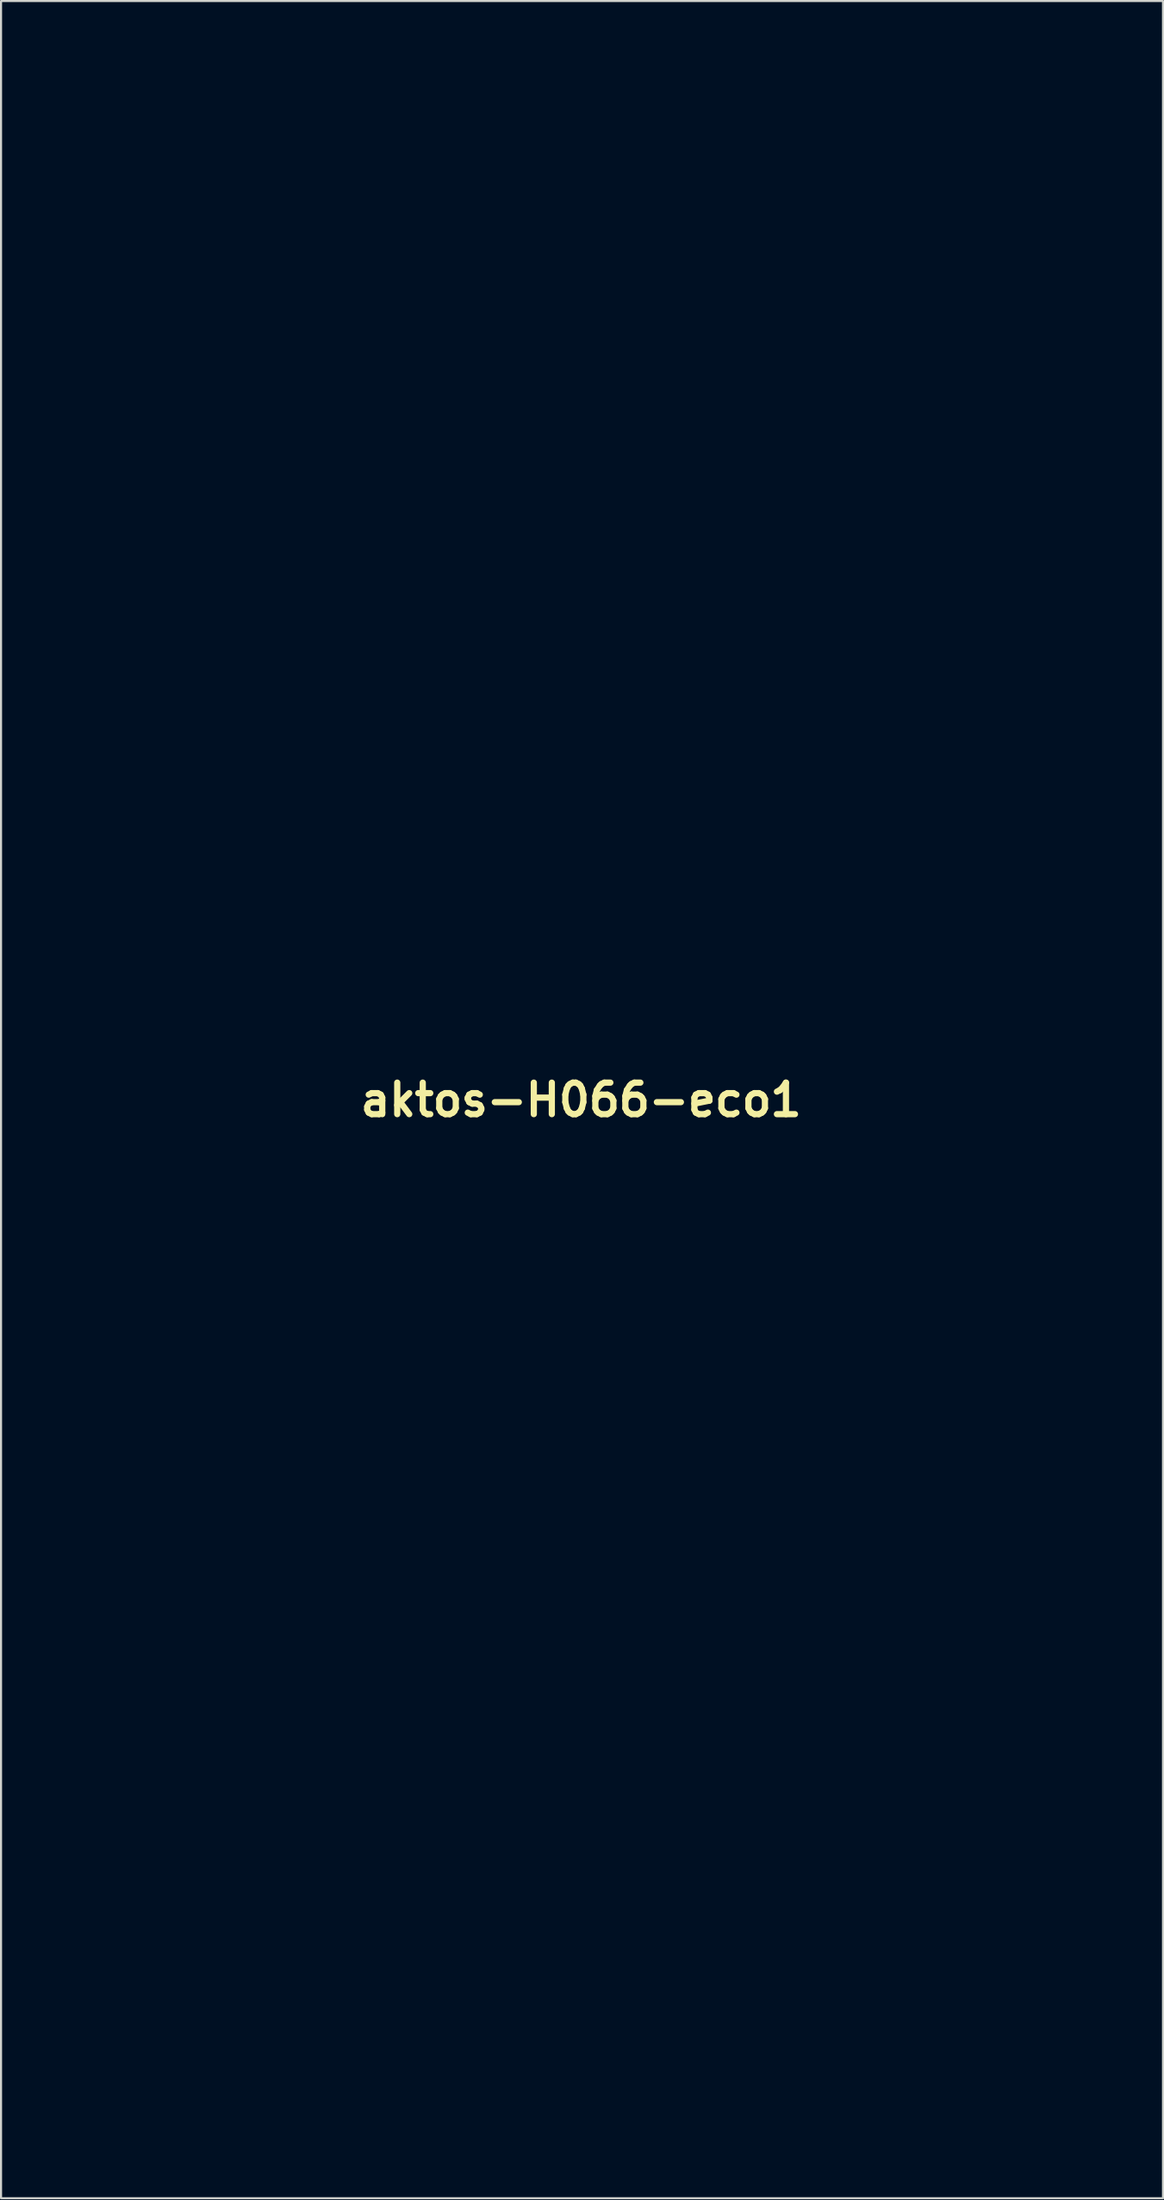
<source format=kicad_pcb>
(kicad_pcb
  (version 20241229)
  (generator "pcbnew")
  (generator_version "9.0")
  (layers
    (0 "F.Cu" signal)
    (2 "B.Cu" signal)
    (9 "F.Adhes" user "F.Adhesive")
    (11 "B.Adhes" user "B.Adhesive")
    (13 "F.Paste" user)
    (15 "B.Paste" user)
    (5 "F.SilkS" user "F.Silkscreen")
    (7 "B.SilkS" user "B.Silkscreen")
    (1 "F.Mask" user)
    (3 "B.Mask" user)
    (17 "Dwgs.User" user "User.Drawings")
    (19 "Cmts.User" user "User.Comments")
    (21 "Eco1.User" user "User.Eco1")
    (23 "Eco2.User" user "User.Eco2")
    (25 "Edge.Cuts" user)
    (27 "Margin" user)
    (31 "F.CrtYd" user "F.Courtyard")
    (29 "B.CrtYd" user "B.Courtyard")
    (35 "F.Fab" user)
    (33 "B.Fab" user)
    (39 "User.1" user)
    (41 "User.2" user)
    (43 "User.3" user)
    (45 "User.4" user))
  (footprint "aktos-H066-eco1"
    (layer "F.Cu")
    (at 25.049 50.127)
    (property "Reference" "aktos-H066-eco1" (at 0 0 0) (layer "F.SilkS") (effects (font (size 1.524 1.524) (thickness 0.3))))
    (attr through_hole)
    (fp_poly (pts (xy -12.954 19.431) (xy -12.996 19.473) (xy -13.039 19.431) (xy -12.996 19.389) (xy -12.954 19.431)) (stroke (width 0.01) (type solid)) (fill no) (layer "Eco1.User"))
    (fp_poly (pts (xy 6.604 48.556) (xy 6.562 48.599) (xy 6.519 48.556) (xy 6.562 48.514) (xy 6.604 48.556)) (stroke (width 0.01) (type solid)) (fill no) (layer "Eco1.User"))
    (fp_poly (pts (xy 12.023 20.616) (xy 11.98 20.659) (xy 11.938 20.616) (xy 11.98 20.574) (xy 12.023 20.616)) (stroke (width 0.01) (type solid)) (fill no) (layer "Eco1.User"))
    (fp_poly (pts (xy 13.208 20.616) (xy 13.166 20.659) (xy 13.123 20.616) (xy 13.166 20.574) (xy 13.208 20.616)) (stroke (width 0.01) (type solid)) (fill no) (layer "Eco1.User"))
    (fp_poly (pts (xy 11.248 21.37) (xy 11.338 21.455) (xy 11.32 21.505) (xy 11.308 21.505) (xy 11.236 21.445) (xy 11.21 21.408) (xy 11.2 21.35) (xy 11.248 21.37)) (stroke (width 0.01) (type solid)) (fill no) (layer "Eco1.User"))
    (fp_poly (pts (xy 12.687 44.23) (xy 12.777 44.309) (xy 12.785 44.328) (xy 12.744 44.363) (xy 12.661 44.285) (xy 12.65 44.268) (xy 12.64 44.21) (xy 12.687 44.23)) (stroke (width 0.01) (type solid)) (fill no) (layer "Eco1.User"))
    (fp_poly (pts (xy -13.079 20.516) (xy -13.018 20.563) (xy -12.9 20.668) (xy -12.869 20.711) (xy -12.911 20.737) (xy -13.023 20.628) (xy -13.049 20.595) (xy -13.123 20.495) (xy -13.079 20.516)) (stroke (width 0.01) (type solid)) (fill no) (layer "Eco1.User"))
    (fp_poly (pts (xy -12.473 44.251) (xy -12.488 44.281) (xy -12.568 44.362) (xy -12.583 44.365) (xy -12.589 44.311) (xy -12.573 44.281) (xy -12.493 44.2) (xy -12.478 44.196) (xy -12.473 44.251)) (stroke (width 0.01) (type solid)) (fill no) (layer "Eco1.User"))
    (fp_poly (pts (xy -10.308 45.631) (xy -10.128 45.801) (xy -10.013 45.919) (xy -9.991 45.948) (xy -10.014 45.969) (xy -10.098 45.904) (xy -10.264 45.732) (xy -10.334 45.657) (xy -10.626 45.339) (xy -10.308 45.631)) (stroke (width 0.01) (type solid)) (fill no) (layer "Eco1.User"))
    (fp_poly (pts (xy 19.162 -50.117) (xy 19.488 -50.108) (xy 20.116 -50.069) (xy 20.612 -49.992) (xy 21.013 -49.864) (xy 21.354 -49.675) (xy 21.663 -49.42) (xy 21.848 -49.237) (xy 22.004 -49.06) (xy 22.135 -48.872) (xy 22.248 -48.652) (xy 22.348 -48.382) (xy 22.443 -48.042) (xy 22.537 -47.613) (xy 22.638 -47.077) (xy 22.75 -46.413) (xy 22.881 -45.603) (xy 22.897 -45.502) (xy 23.681 -40.026) (xy 24.297 -34.553) (xy 24.745 -29.077) (xy 25.024 -23.597) (xy 25.135 -18.106) (xy 25.078 -12.603) (xy 24.852 -7.083) (xy 24.546 -2.582) (xy 24.036 2.736) (xy 23.361 8.064) (xy 22.524 13.387) (xy 21.527 18.694) (xy 20.373 23.971) (xy 19.065 29.205) (xy 17.606 34.383) (xy 15.998 39.493) (xy 15.264 41.656) (xy 14.914 42.66) (xy 14.608 43.52) (xy 14.337 44.252) (xy 14.094 44.872) (xy 13.87 45.397) (xy 13.657 45.844) (xy 13.447 46.229) (xy 13.232 46.569) (xy 13.003 46.88) (xy 12.752 47.179) (xy 12.471 47.482) (xy 12.28 47.678) (xy 11.47 48.409) (xy 10.614 49.001) (xy 9.677 49.476) (xy 8.627 49.851) (xy 8.479 49.894) (xy 8.364 49.926) (xy 8.251 49.953) (xy 8.128 49.978) (xy 7.983 49.999) (xy 7.805 50.017) (xy 7.584 50.032) (xy 7.308 50.044) (xy 6.965 50.055) (xy 6.544 50.064) (xy 6.035 50.071) (xy 5.425 50.076) (xy 4.704 50.081) (xy 3.86 50.084) (xy 2.881 50.088) (xy 1.758 50.09) (xy 0.478 50.093) (xy 0.296 50.094) (xy -1.06 50.096) (xy -2.257 50.098) (xy -3.306 50.097) (xy -4.216 50.096) (xy -4.999 50.092) (xy -5.664 50.087) (xy -6.223 50.08) (xy -6.685 50.07) (xy -7.06 50.059) (xy -7.36 50.045) (xy -7.594 50.028) (xy -7.773 50.009) (xy -7.883 49.992) (xy -8.46 49.843) (xy -6.89 49.843) (xy -6.773 49.855) (xy -6.667 49.843) (xy 6.742 49.843) (xy 6.858 49.855) (xy 6.978 49.842) (xy 6.964 49.813) (xy 6.79 49.801) (xy 6.752 49.813) (xy 6.742 49.843) (xy -6.667 49.843) (xy -6.653 49.842) (xy -6.666 49.815) (xy -3.945 49.815) (xy -3.88 49.818) (xy -3.668 49.821) (xy -3.315 49.823) (xy -2.826 49.825) (xy -2.207 49.827) (xy -1.464 49.828) (xy -0.602 49.828) (xy 0.042 49.828) (xy 0.98 49.828) (xy 1.802 49.827) (xy 2.502 49.826) (xy 3.075 49.824) (xy 3.515 49.822) (xy 3.817 49.82) (xy 3.976 49.817) (xy 3.985 49.814) (xy 3.84 49.811) (xy 3.535 49.808) (xy 3.232 49.805) (xy 2.317 49.8) (xy 1.289 49.797) (xy 0.201 49.796) (xy -0.894 49.796) (xy -1.943 49.799) (xy -2.895 49.803) (xy -3.202 49.805) (xy -3.612 49.809) (xy -3.858 49.812) (xy -3.945 49.815) (xy -6.666 49.815) (xy -6.668 49.813) (xy -6.841 49.801) (xy -6.879 49.813) (xy -6.89 49.843) (xy -8.46 49.843) (xy -8.854 49.742) (xy -7.705 49.742) (xy -7.662 49.784) (xy -7.62 49.742) (xy -7.634 49.728) (xy 7.648 49.728) (xy 7.66 49.778) (xy 7.705 49.784) (xy 7.774 49.753) (xy 7.761 49.728) (xy 7.661 49.717) (xy 7.648 49.728) (xy -7.634 49.728) (xy -7.662 49.699) (xy -7.705 49.742) (xy -8.854 49.742) (xy -9.009 49.702) (xy -9.116 49.657) (xy -8.213 49.657) (xy -8.17 49.699) (xy -8.128 49.657) (xy 8.128 49.657) (xy 8.17 49.699) (xy 8.213 49.657) (xy 8.17 49.615) (xy 8.128 49.657) (xy -8.128 49.657) (xy -8.17 49.615) (xy -8.213 49.657) (xy -9.116 49.657) (xy -9.319 49.572) (xy -8.551 49.572) (xy -8.509 49.615) (xy -8.467 49.572) (xy -8.509 49.53) (xy -8.551 49.572) (xy -9.319 49.572) (xy -9.521 49.488) (xy -8.805 49.488) (xy -8.763 49.53) (xy -8.721 49.488) (xy -8.763 49.445) (xy -8.805 49.488) (xy -9.521 49.488) (xy -9.724 49.403) (xy -9.059 49.403) (xy -9.017 49.445) (xy -8.975 49.403) (xy -9.017 49.361) (xy -9.059 49.403) (xy -9.724 49.403) (xy -9.926 49.318) (xy -9.313 49.318) (xy -9.271 49.361) (xy -9.229 49.318) (xy -9.271 49.276) (xy -9.313 49.318) (xy -9.926 49.318) (xy -10.073 49.257) (xy -10.253 49.149) (xy -9.737 49.149) (xy -9.694 49.191) (xy -9.652 49.149) (xy -9.694 49.107) (xy -9.737 49.149) (xy -10.253 49.149) (xy -10.395 49.064) (xy -9.906 49.064) (xy -9.864 49.107) (xy -9.821 49.064) (xy -9.864 49.022) (xy -9.906 49.064) (xy -10.395 49.064) (xy -10.536 48.98) (xy -10.075 48.98) (xy -10.033 49.022) (xy -9.991 48.98) (xy -10.033 48.937) (xy -10.075 48.98) (xy -10.536 48.98) (xy -10.678 48.895) (xy -10.245 48.895) (xy -10.202 48.937) (xy -10.16 48.895) (xy -10.202 48.853) (xy -10.245 48.895) (xy -10.678 48.895) (xy -10.819 48.81) (xy -10.414 48.81) (xy -10.372 48.853) (xy -10.329 48.81) (xy -10.372 48.768) (xy -10.414 48.81) (xy -10.819 48.81) (xy -11.06 48.666) (xy -11.091 48.641) (xy -10.668 48.641) (xy -10.626 48.683) (xy -10.583 48.641) (xy -10.626 48.599) (xy -10.668 48.641) (xy -11.091 48.641) (xy -11.298 48.472) (xy -10.922 48.472) (xy -10.88 48.514) (xy -10.837 48.472) (xy -10.88 48.429) (xy -10.922 48.472) (xy -11.298 48.472) (xy -11.632 48.2) (xy -11.247 48.2) (xy -11.226 48.247) (xy -11.141 48.338) (xy -11.092 48.319) (xy -11.091 48.307) (xy -11.151 48.236) (xy -11.189 48.21) (xy -11.247 48.2) (xy -11.632 48.2) (xy -11.955 47.936) (xy -12.001 47.892) (xy -12.057 47.837) (xy -11.678 47.837) (xy -11.657 47.881) (xy -11.61 47.943) (xy -11.487 48.074) (xy -11.431 48.074) (xy -11.43 48.059) (xy -11.488 47.988) (xy -11.578 47.911) (xy -11.678 47.837) (xy -12.057 47.837) (xy -12.374 47.524) (xy -12.699 47.175) (xy -12.85 46.991) (xy -12.525 46.991) (xy -12.504 47.034) (xy -12.457 47.096) (xy -12.333 47.227) (xy -12.278 47.227) (xy -12.277 47.212) (xy -12.335 47.141) (xy -12.425 47.064) (xy -12.525 46.991) (xy -12.85 46.991) (xy -12.985 46.826) (xy -13.151 46.591) (xy -12.856 46.591) (xy -12.835 46.638) (xy -12.75 46.729) (xy -12.701 46.711) (xy -12.7 46.699) (xy -12.76 46.627) (xy -12.798 46.601) (xy -12.856 46.591) (xy -13.151 46.591) (xy -13.245 46.457) (xy -13.317 46.337) (xy -13.025 46.337) (xy -13.004 46.384) (xy -12.919 46.475) (xy -12.87 46.456) (xy -12.869 46.445) (xy -12.929 46.373) (xy -12.967 46.347) (xy -13.025 46.337) (xy -13.317 46.337) (xy -13.457 46.101) (xy -13.208 46.101) (xy -13.166 46.143) (xy -13.123 46.101) (xy -13.166 46.059) (xy -13.208 46.101) (xy -13.457 46.101) (xy -13.488 46.048) (xy -13.548 45.932) (xy -13.293 45.932) (xy -13.25 45.974) (xy -13.208 45.932) (xy -13.25 45.889) (xy -13.293 45.932) (xy -13.548 45.932) (xy -13.634 45.762) (xy -13.377 45.762) (xy -13.335 45.805) (xy -13.293 45.762) (xy -13.335 45.72) (xy -13.377 45.762) (xy -13.634 45.762) (xy -13.726 45.579) (xy -13.946 45.085) (xy -13.716 45.085) (xy -13.674 45.127) (xy -13.631 45.085) (xy -13.674 45.043) (xy -13.716 45.085) (xy -13.946 45.085) (xy -13.97 45.031) (xy -14.219 44.408) (xy -13.97 44.408) (xy -13.928 44.45) (xy -13.885 44.408) (xy -13.928 44.365) (xy -13.97 44.408) (xy -14.219 44.408) (xy -14.23 44.382) (xy -14.378 43.984) (xy -14.139 43.984) (xy -14.097 44.027) (xy -14.055 43.984) (xy -14.097 43.942) (xy -14.139 43.984) (xy -14.378 43.984) (xy -14.473 43.73) (xy -14.224 43.73) (xy -14.182 43.773) (xy -14.139 43.73) (xy -14.182 43.688) (xy -14.224 43.73) (xy -14.473 43.73) (xy -14.516 43.614) (xy -14.566 43.476) (xy -14.309 43.476) (xy -14.266 43.519) (xy -14.224 43.476) (xy -14.266 43.434) (xy -14.309 43.476) (xy -14.566 43.476) (xy -14.808 42.799) (xy -14.563 42.799) (xy -14.52 42.841) (xy -14.478 42.799) (xy -14.52 42.757) (xy -14.563 42.799) (xy -14.808 42.799) (xy -14.841 42.706) (xy -14.883 42.587) (xy -14.897 42.545) (xy -14.647 42.545) (xy -14.605 42.587) (xy -14.563 42.545) (xy -14.605 42.503) (xy -14.647 42.545) (xy -14.897 42.545) (xy -15.067 42.037) (xy -14.817 42.037) (xy -14.774 42.079) (xy -14.732 42.037) (xy -14.774 41.995) (xy -14.817 42.037) (xy -15.067 42.037) (xy -15.464 40.852) (xy -15.24 40.852) (xy -15.198 40.894) (xy -15.155 40.852) (xy -15.198 40.809) (xy -15.24 40.852) (xy -15.464 40.852) (xy -15.549 40.598) (xy -15.325 40.598) (xy -15.282 40.64) (xy -15.24 40.598) (xy -15.282 40.555) (xy -15.325 40.598) (xy -15.549 40.598) (xy -15.634 40.344) (xy -15.409 40.344) (xy -15.367 40.386) (xy -15.325 40.344) (xy -15.367 40.301) (xy -15.409 40.344) (xy -15.634 40.344) (xy -15.719 40.09) (xy -15.494 40.09) (xy -15.452 40.132) (xy -15.409 40.09) (xy -15.452 40.047) (xy -15.494 40.09) (xy -15.719 40.09) (xy -15.805 39.836) (xy -15.579 39.836) (xy -15.536 39.878) (xy -15.494 39.836) (xy -15.536 39.793) (xy -15.579 39.836) (xy -15.805 39.836) (xy -15.89 39.582) (xy -15.663 39.582) (xy -15.621 39.624) (xy -15.579 39.582) (xy -15.621 39.539) (xy -15.663 39.582) (xy -15.89 39.582) (xy -15.975 39.328) (xy -15.748 39.328) (xy -15.706 39.37) (xy -15.663 39.328) (xy -15.706 39.285) (xy -15.748 39.328) (xy -15.975 39.328) (xy -16.06 39.074) (xy -15.833 39.074) (xy -15.79 39.116) (xy -15.748 39.074) (xy -15.79 39.031) (xy -15.833 39.074) (xy -16.06 39.074) (xy -16.145 38.82) (xy -15.917 38.82) (xy -15.875 38.862) (xy -15.833 38.82) (xy -15.875 38.777) (xy -15.917 38.82) (xy -16.145 38.82) (xy -16.23 38.566) (xy -16.002 38.566) (xy -15.96 38.608) (xy -15.917 38.566) (xy -15.96 38.523) (xy -16.002 38.566) (xy -16.23 38.566) (xy -16.632 37.366) (xy -16.755 36.957) (xy -16.51 36.957) (xy -16.468 36.999) (xy -16.425 36.957) (xy -16.468 36.915) (xy -16.51 36.957) (xy -16.755 36.957) (xy -16.832 36.703) (xy -16.595 36.703) (xy -16.552 36.745) (xy -16.51 36.703) (xy -16.552 36.661) (xy -16.595 36.703) (xy -16.832 36.703) (xy -17.164 35.602) (xy -16.933 35.602) (xy -16.891 35.645) (xy -16.849 35.602) (xy -16.891 35.56) (xy -16.933 35.602) (xy -17.164 35.602) (xy -17.419 34.756) (xy -17.187 34.756) (xy -17.145 34.798) (xy -17.103 34.756) (xy -17.145 34.713) (xy -17.187 34.756) (xy -17.419 34.756) (xy -17.496 34.502) (xy -17.272 34.502) (xy -17.23 34.544) (xy -17.187 34.502) (xy -17.23 34.459) (xy -17.272 34.502) (xy -17.496 34.502) (xy -17.674 33.909) (xy -17.441 33.909) (xy -17.399 33.951) (xy -17.357 33.909) (xy -17.399 33.867) (xy -17.441 33.909) (xy -17.674 33.909) (xy -17.751 33.655) (xy -17.526 33.655) (xy -17.484 33.697) (xy -17.441 33.655) (xy -17.484 33.613) (xy -17.526 33.655) (xy -17.751 33.655) (xy -17.929 33.062) (xy -17.695 33.062) (xy -17.653 33.105) (xy -17.611 33.062) (xy -17.653 33.02) (xy -17.695 33.062) (xy -17.929 33.062) (xy -18.108 32.47) (xy -17.865 32.47) (xy -17.822 32.512) (xy -17.78 32.47) (xy -17.822 32.427) (xy -17.865 32.47) (xy -18.108 32.47) (xy -18.216 32.112) (xy -18.279 31.877) (xy -18.034 31.877) (xy -17.992 31.919) (xy -17.949 31.877) (xy -17.992 31.835) (xy -18.034 31.877) (xy -18.279 31.877) (xy -18.438 31.284) (xy -18.203 31.284) (xy -18.161 31.327) (xy -18.119 31.284) (xy -18.161 31.242) (xy -18.203 31.284) (xy -18.438 31.284) (xy -18.529 30.946) (xy -18.288 30.946) (xy -18.246 30.988) (xy -18.203 30.946) (xy -18.246 30.903) (xy -18.288 30.946) (xy -18.529 30.946) (xy -18.688 30.353) (xy -18.457 30.353) (xy -18.415 30.395) (xy -18.373 30.353) (xy -18.415 30.311) (xy -18.457 30.353) (xy -18.688 30.353) (xy -18.779 30.014) (xy -18.542 30.014) (xy -18.5 30.057) (xy -18.457 30.014) (xy -18.5 29.972) (xy -18.542 30.014) (xy -18.779 30.014) (xy -18.938 29.422) (xy -18.711 29.422) (xy -18.669 29.464) (xy -18.627 29.422) (xy -18.669 29.379) (xy -18.711 29.422) (xy -18.938 29.422) (xy -19.029 29.083) (xy -18.796 29.083) (xy -18.754 29.125) (xy -18.711 29.083) (xy -18.754 29.041) (xy -18.796 29.083) (xy -19.029 29.083) (xy -19.279 28.152) (xy -19.05 28.152) (xy -19.008 28.194) (xy -18.965 28.152) (xy -19.008 28.109) (xy -19.05 28.152) (xy -19.279 28.152) (xy -19.37 27.813) (xy -19.135 27.813) (xy -19.092 27.855) (xy -19.05 27.813) (xy -19.092 27.771) (xy -19.135 27.813) (xy -19.37 27.813) (xy -19.461 27.474) (xy -19.219 27.474) (xy -19.177 27.517) (xy -19.135 27.474) (xy -19.177 27.432) (xy -19.219 27.474) (xy -19.461 27.474) (xy -19.552 27.136) (xy -19.304 27.136) (xy -19.262 27.178) (xy -19.219 27.136) (xy -19.262 27.093) (xy -19.304 27.136) (xy -19.552 27.136) (xy -19.636 26.824) (xy -19.642 26.797) (xy -19.389 26.797) (xy -19.346 26.839) (xy -19.304 26.797) (xy -19.346 26.755) (xy -19.389 26.797) (xy -19.642 26.797) (xy -19.722 26.458) (xy -19.473 26.458) (xy -19.431 26.501) (xy -19.389 26.458) (xy -19.431 26.416) (xy -19.473 26.458) (xy -19.722 26.458) (xy -19.801 26.12) (xy -19.558 26.12) (xy -19.516 26.162) (xy -19.473 26.12) (xy -19.516 26.077) (xy -19.558 26.12) (xy -19.801 26.12) (xy -19.881 25.781) (xy -19.643 25.781) (xy -19.6 25.823) (xy -19.558 25.781) (xy -19.6 25.739) (xy -19.643 25.781) (xy -19.881 25.781) (xy -19.961 25.442) (xy -19.727 25.442) (xy -19.685 25.485) (xy -19.643 25.442) (xy -19.685 25.4) (xy -19.727 25.442) (xy -19.961 25.442) (xy -20.041 25.104) (xy -19.812 25.104) (xy -19.77 25.146) (xy -19.727 25.104) (xy -19.77 25.061) (xy -19.812 25.104) (xy -20.041 25.104) (xy -20.121 24.765) (xy -19.897 24.765) (xy -19.854 24.807) (xy -19.812 24.765) (xy -19.854 24.723) (xy -19.897 24.765) (xy -20.121 24.765) (xy -20.221 24.342) (xy -19.981 24.342) (xy -19.939 24.384) (xy -19.897 24.342) (xy -19.939 24.299) (xy -19.981 24.342) (xy -20.221 24.342) (xy -20.3 24.003) (xy -20.066 24.003) (xy -20.024 24.045) (xy -19.981 24.003) (xy -20.024 23.961) (xy -20.066 24.003) (xy -20.3 24.003) (xy -20.38 23.664) (xy -20.151 23.664) (xy -20.108 23.707) (xy -20.066 23.664) (xy -20.108 23.622) (xy -20.151 23.664) (xy -20.38 23.664) (xy -20.47 23.283) (xy -20.235 23.283) (xy -20.204 23.353) (xy -20.179 23.34) (xy -20.169 23.239) (xy -20.179 23.227) (xy -20.229 23.239) (xy -20.235 23.283) (xy -20.47 23.283) (xy -20.56 22.902) (xy -20.32 22.902) (xy -20.278 22.945) (xy -20.235 22.902) (xy -20.278 22.86) (xy -20.32 22.902) (xy -20.56 22.902) (xy -20.64 22.564) (xy -20.405 22.564) (xy -20.362 22.606) (xy -20.32 22.564) (xy -20.362 22.521) (xy -20.405 22.564) (xy -20.64 22.564) (xy -20.739 22.14) (xy -20.489 22.14) (xy -20.447 22.183) (xy -20.405 22.14) (xy -20.447 22.098) (xy -20.489 22.14) (xy -20.739 22.14) (xy -20.819 21.802) (xy -20.574 21.802) (xy -20.532 21.844) (xy -20.489 21.802) (xy -20.532 21.759) (xy -20.574 21.802) (xy -20.819 21.802) (xy -20.891 21.499) (xy -20.915 21.378) (xy -20.659 21.378) (xy -20.616 21.421) (xy -20.574 21.378) (xy -20.616 21.336) (xy -20.659 21.378) (xy -20.915 21.378) (xy -20.993 20.997) (xy -20.743 20.997) (xy -20.712 21.067) (xy -20.687 21.054) (xy -20.677 20.953) (xy -20.687 20.941) (xy -20.737 20.953) (xy -20.743 20.997) (xy -20.993 20.997) (xy -21.07 20.616) (xy -20.828 20.616) (xy -20.786 20.659) (xy -20.743 20.616) (xy -20.786 20.574) (xy -20.828 20.616) (xy -21.07 20.616) (xy -21.148 20.235) (xy -20.913 20.235) (xy -20.882 20.305) (xy -20.856 20.292) (xy -20.846 20.191) (xy -20.856 20.179) (xy -20.907 20.191) (xy -20.913 20.235) (xy -21.148 20.235) (xy -21.234 19.812) (xy -20.997 19.812) (xy -20.966 19.882) (xy -20.941 19.868) (xy -20.931 19.768) (xy -20.941 19.756) (xy -20.991 19.767) (xy -20.997 19.812) (xy -21.234 19.812) (xy -21.32 19.389) (xy -21.082 19.389) (xy -21.051 19.458) (xy -21.026 19.445) (xy -21.015 19.345) (xy -21.026 19.332) (xy -21.076 19.344) (xy -21.082 19.389) (xy -21.32 19.389) (xy -21.398 19.008) (xy -21.167 19.008) (xy -21.124 19.05) (xy -21.082 19.008) (xy -21.124 18.965) (xy -21.167 19.008) (xy -21.398 19.008) (xy -21.484 18.584) (xy -21.251 18.584) (xy -21.209 18.627) (xy -21.167 18.584) (xy -21.209 18.542) (xy -21.251 18.584) (xy -21.484 18.584) (xy -21.57 18.161) (xy -21.336 18.161) (xy -21.294 18.203) (xy -21.251 18.161) (xy -21.294 18.119) (xy -21.336 18.161) (xy -21.57 18.161) (xy -21.665 17.695) (xy -21.421 17.695) (xy -21.39 17.765) (xy -21.364 17.752) (xy -21.354 17.651) (xy -21.364 17.639) (xy -21.415 17.651) (xy -21.421 17.695) (xy -21.665 17.695) (xy -21.751 17.272) (xy -21.505 17.272) (xy -21.474 17.342) (xy -21.449 17.328) (xy -21.439 17.228) (xy -21.449 17.216) (xy -21.499 17.227) (xy -21.505 17.272) (xy -21.751 17.272) (xy -21.837 16.849) (xy -21.59 16.849) (xy -21.559 16.918) (xy -21.534 16.905) (xy -21.523 16.805) (xy -21.534 16.792) (xy -21.584 16.804) (xy -21.59 16.849) (xy -21.837 16.849) (xy -21.923 16.425) (xy -21.675 16.425) (xy -21.644 16.495) (xy -21.618 16.482) (xy -21.608 16.381) (xy -21.618 16.369) (xy -21.669 16.381) (xy -21.675 16.425) (xy -21.923 16.425) (xy -21.982 16.136) (xy -22.013 15.953) (xy -21.753 15.953) (xy -21.737 16.062) (xy -21.708 16.064) (xy -21.688 15.95) (xy -21.701 15.901) (xy -21.739 15.869) (xy -21.753 15.953) (xy -22.013 15.953) (xy -22.092 15.494) (xy -21.844 15.494) (xy -21.813 15.564) (xy -21.788 15.55) (xy -21.777 15.45) (xy -21.788 15.438) (xy -21.838 15.449) (xy -21.844 15.494) (xy -22.092 15.494) (xy -22.173 15.021) (xy -21.922 15.021) (xy -21.906 15.131) (xy -21.878 15.132) (xy -21.857 15.019) (xy -21.871 14.97) (xy -21.908 14.938) (xy -21.922 15.021) (xy -22.173 15.021) (xy -22.252 14.563) (xy -22.013 14.563) (xy -21.982 14.632) (xy -21.957 14.619) (xy -21.947 14.519) (xy -21.957 14.506) (xy -22.007 14.518) (xy -22.013 14.563) (xy -22.252 14.563) (xy -22.333 14.09) (xy -22.091 14.09) (xy -22.076 14.2) (xy -22.047 14.201) (xy -22.027 14.088) (xy -22.04 14.039) (xy -22.078 14.007) (xy -22.091 14.09) (xy -22.333 14.09) (xy -22.42 13.582) (xy -22.176 13.582) (xy -22.16 13.692) (xy -22.132 13.693) (xy -22.111 13.58) (xy -22.125 13.531) (xy -22.162 13.499) (xy -22.176 13.582) (xy -22.42 13.582) (xy -22.508 13.074) (xy -22.261 13.074) (xy -22.245 13.184) (xy -22.216 13.185) (xy -22.196 13.072) (xy -22.209 13.023) (xy -22.247 12.991) (xy -22.261 13.074) (xy -22.508 13.074) (xy -22.595 12.566) (xy -22.345 12.566) (xy -22.33 12.676) (xy -22.301 12.677) (xy -22.281 12.564) (xy -22.294 12.515) (xy -22.332 12.483) (xy -22.345 12.566) (xy -22.595 12.566) (xy -22.682 12.058) (xy -22.43 12.058) (xy -22.414 12.168) (xy -22.386 12.169) (xy -22.365 12.056) (xy -22.379 12.007) (xy -22.416 11.975) (xy -22.43 12.058) (xy -22.682 12.058) (xy -22.769 11.55) (xy -22.515 11.55) (xy -22.499 11.66) (xy -22.47 11.661) (xy -22.45 11.548) (xy -22.463 11.499) (xy -22.501 11.467) (xy -22.515 11.55) (xy -22.769 11.55) (xy -22.862 11.007) (xy -22.593 11.007) (xy -22.579 11.127) (xy -22.55 11.113) (xy -22.539 10.939) (xy -22.55 10.901) (xy -22.581 10.89) (xy -22.593 11.007) (xy -22.862 11.007) (xy -22.909 10.733) (xy -22.942 10.499) (xy -22.677 10.499) (xy -22.664 10.619) (xy -22.635 10.604) (xy -22.623 10.431) (xy -22.635 10.393) (xy -22.665 10.382) (xy -22.677 10.499) (xy -22.942 10.499) (xy -23.026 9.906) (xy -22.762 9.906) (xy -22.749 10.026) (xy -22.719 10.012) (xy -22.708 9.838) (xy -22.719 9.8) (xy -22.75 9.79) (xy -22.762 9.906) (xy -23.026 9.906) (xy -23.097 9.398) (xy -22.847 9.398) (xy -22.833 9.518) (xy -22.804 9.504) (xy -22.793 9.33) (xy -22.804 9.292) (xy -22.835 9.282) (xy -22.847 9.398) (xy -23.097 9.398) (xy -23.18 8.805) (xy -22.931 8.805) (xy -22.918 8.926) (xy -22.889 8.911) (xy -22.877 8.738) (xy -22.889 8.7) (xy -22.919 8.689) (xy -22.931 8.805) (xy -23.18 8.805) (xy -23.269 8.17) (xy -23.013 8.17) (xy -23.004 8.315) (xy -22.977 8.328) (xy -22.974 8.32) (xy -22.957 8.152) (xy -22.971 8.066) (xy -22.998 8.032) (xy -23.012 8.144) (xy -23.013 8.17) (xy -23.269 8.17) (xy -23.352 7.578) (xy -23.097 7.578) (xy -23.088 7.722) (xy -23.062 7.735) (xy -23.058 7.727) (xy -23.042 7.559) (xy -23.055 7.473) (xy -23.082 7.439) (xy -23.097 7.551) (xy -23.097 7.578) (xy -23.352 7.578) (xy -23.436 6.985) (xy -23.182 6.985) (xy -23.173 7.13) (xy -23.147 7.142) (xy -23.143 7.135) (xy -23.126 6.967) (xy -23.14 6.881) (xy -23.167 6.846) (xy -23.182 6.959) (xy -23.182 6.985) (xy -23.436 6.985) (xy -23.531 6.308) (xy -23.267 6.308) (xy -23.258 6.452) (xy -23.231 6.465) (xy -23.228 6.457) (xy -23.211 6.289) (xy -23.225 6.203) (xy -23.252 6.169) (xy -23.266 6.281) (xy -23.267 6.308) (xy -23.531 6.308) (xy -23.62 5.673) (xy -23.348 5.673) (xy -23.34 5.827) (xy -23.318 5.845) (xy -23.31 5.821) (xy -23.296 5.606) (xy -23.31 5.524) (xy -23.334 5.498) (xy -23.348 5.615) (xy -23.348 5.673) (xy -23.62 5.673) (xy -23.674 5.288) (xy -23.706 4.995) (xy -23.433 4.995) (xy -23.424 5.149) (xy -23.402 5.168) (xy -23.394 5.144) (xy -23.381 4.929) (xy -23.394 4.847) (xy -23.419 4.821) (xy -23.432 4.938) (xy -23.433 4.995) (xy -23.706 4.995) (xy -23.785 4.276) (xy -23.516 4.276) (xy -23.509 4.45) (xy -23.49 4.495) (xy -23.479 4.467) (xy -23.463 4.264) (xy -23.477 4.128) (xy -23.5 4.082) (xy -23.514 4.183) (xy -23.516 4.276) (xy -23.785 4.276) (xy -23.868 3.514) (xy -23.601 3.514) (xy -23.594 3.688) (xy -23.575 3.733) (xy -23.564 3.705) (xy -23.548 3.502) (xy -23.562 3.366) (xy -23.584 3.32) (xy -23.598 3.421) (xy -23.601 3.514) (xy -23.868 3.514) (xy -23.947 2.794) (xy -23.684 2.794) (xy -23.677 2.977) (xy -23.66 3.027) (xy -23.647 2.985) (xy -23.633 2.738) (xy -23.647 2.603) (xy -23.668 2.563) (xy -23.681 2.67) (xy -23.684 2.794) (xy -23.947 2.794) (xy -24.031 2.032) (xy -23.768 2.032) (xy -23.762 2.215) (xy -23.745 2.265) (xy -23.732 2.223) (xy -23.718 1.976) (xy -23.732 1.841) (xy -23.753 1.801) (xy -23.766 1.908) (xy -23.768 2.032) (xy -24.031 2.032) (xy -24.123 1.185) (xy -23.853 1.185) (xy -23.846 1.368) (xy -23.829 1.419) (xy -23.816 1.376) (xy -23.802 1.129) (xy -23.816 0.995) (xy -23.837 0.955) (xy -23.85 1.061) (xy -23.853 1.185) (xy -24.123 1.185) (xy -24.216 0.339) (xy -23.935 0.339) (xy -23.93 0.548) (xy -23.916 0.626) (xy -23.9 0.572) (xy -23.886 0.298) (xy -23.9 0.106) (xy -23.918 0.053) (xy -23.931 0.149) (xy -23.935 0.339) (xy -24.216 0.339) (xy -24.275 -0.202) (xy -24.715 -5.738) (xy -24.985 -11.134) (xy -25.005 -11.822) (xy -25.021 -12.644) (xy -25.032 -13.578) (xy -25.04 -14.603) (xy -25.044 -15.697) (xy -25.044 -16.253) (xy -24.804 -16.253) (xy -24.698 -10.854) (xy -24.427 -5.482) (xy -24.338 -4.191) (xy -24.258 -3.121) (xy -24.188 -2.218) (xy -24.128 -1.484) (xy -24.077 -0.917) (xy -24.037 -0.518) (xy -24.006 -0.288) (xy -23.985 -0.226) (xy -23.983 -0.231) (xy -23.98 -0.339) (xy -23.99 -0.592) (xy -24.011 -0.968) (xy -24.041 -1.442) (xy -24.079 -1.992) (xy -24.122 -2.557) (xy -24.241 -4.16) (xy -24.341 -5.663) (xy -24.425 -7.099) (xy -24.493 -8.501) (xy -24.546 -9.901) (xy -24.586 -11.332) (xy -24.613 -12.827) (xy -24.63 -14.418) (xy -24.636 -16.139) (xy -24.636 -16.552) (xy -24.633 -18.068) (xy -24.629 -18.672) (xy -24.423 -18.672) (xy -24.404 -13.191) (xy -24.217 -7.711) (xy -23.861 -2.231) (xy -23.337 3.253) (xy -23.279 3.768) (xy -22.649 8.674) (xy -21.873 13.598) (xy -20.955 18.518) (xy -19.902 23.413) (xy -18.717 28.262) (xy -17.406 33.044) (xy -15.973 37.739) (xy -14.688 41.571) (xy -14.373 42.47) (xy -14.106 43.226) (xy -13.879 43.855) (xy -13.686 44.376) (xy -13.518 44.804) (xy -13.369 45.158) (xy -13.232 45.453) (xy -13.098 45.707) (xy -12.961 45.937) (xy -12.814 46.161) (xy -12.649 46.394) (xy -12.585 46.482) (xy -11.857 47.339) (xy -11.021 48.069) (xy -10.089 48.666) (xy -9.075 49.122) (xy -7.99 49.429) (xy -7.411 49.526) (xy -7.217 49.54) (xy -6.869 49.553) (xy -6.385 49.564) (xy -5.779 49.574) (xy -5.069 49.582) (xy -4.27 49.589) (xy -3.398 49.595) (xy -2.469 49.599) (xy -1.5 49.602) (xy -0.507 49.604) (xy 0.495 49.604) (xy 1.489 49.602) (xy 2.46 49.6) (xy 3.39 49.596) (xy 4.264 49.59) (xy 5.066 49.583) (xy 5.78 49.575) (xy 5.937 49.572) (xy 8.467 49.572) (xy 8.509 49.615) (xy 8.551 49.572) (xy 8.509 49.53) (xy 8.467 49.572) (xy 5.937 49.572) (xy 6.389 49.565) (xy 6.878 49.554) (xy 7.231 49.541) (xy 7.43 49.528) (xy 7.431 49.527) (xy 7.631 49.488) (xy 8.805 49.488) (xy 8.848 49.53) (xy 8.89 49.488) (xy 8.848 49.445) (xy 8.805 49.488) (xy 7.631 49.488) (xy 8.056 49.403) (xy 9.059 49.403) (xy 9.102 49.445) (xy 9.144 49.403) (xy 9.102 49.361) (xy 9.059 49.403) (xy 8.056 49.403) (xy 8.518 49.311) (xy 8.738 49.234) (xy 9.483 49.234) (xy 9.525 49.276) (xy 9.567 49.234) (xy 9.525 49.191) (xy 9.483 49.234) (xy 8.738 49.234) (xy 9.554 48.947) (xy 9.982 48.726) (xy 10.499 48.726) (xy 10.541 48.768) (xy 10.583 48.726) (xy 10.541 48.683) (xy 10.499 48.726) (xy 9.982 48.726) (xy 10.074 48.678) (xy 10.689 48.678) (xy 10.7 48.683) (xy 10.778 48.624) (xy 10.795 48.599) (xy 10.817 48.52) (xy 10.805 48.514) (xy 10.728 48.574) (xy 10.71 48.599) (xy 10.689 48.678) (xy 10.074 48.678) (xy 10.401 48.508) (xy 10.943 48.508) (xy 10.954 48.514) (xy 11.032 48.454) (xy 11.049 48.429) (xy 11.071 48.35) (xy 11.059 48.345) (xy 10.982 48.404) (xy 10.964 48.429) (xy 10.943 48.508) (xy 10.401 48.508) (xy 10.522 48.446) (xy 10.79 48.254) (xy 11.281 48.254) (xy 11.293 48.26) (xy 11.37 48.2) (xy 11.388 48.175) (xy 11.409 48.096) (xy 11.398 48.091) (xy 11.32 48.15) (xy 11.303 48.175) (xy 11.281 48.254) (xy 10.79 48.254) (xy 11.198 47.964) (xy 11.642 47.964) (xy 12.044 47.586) (xy 12.249 47.39) (xy 12.394 47.245) (xy 12.446 47.184) (xy 12.427 47.164) (xy 12.355 47.217) (xy 12.209 47.361) (xy 12.019 47.562) (xy 11.642 47.964) (xy 11.198 47.964) (xy 11.4 47.819) (xy 12.17 47.077) (xy 12.316 46.9) (xy 12.636 46.9) (xy 12.648 46.905) (xy 12.725 46.846) (xy 12.742 46.821) (xy 12.764 46.742) (xy 12.752 46.736) (xy 12.675 46.796) (xy 12.658 46.821) (xy 12.636 46.9) (xy 12.316 46.9) (xy 12.526 46.644) (xy 12.587 46.561) (xy 12.89 46.561) (xy 12.902 46.567) (xy 12.979 46.507) (xy 12.996 46.482) (xy 13.018 46.403) (xy 13.006 46.397) (xy 12.929 46.457) (xy 12.912 46.482) (xy 12.89 46.561) (xy 12.587 46.561) (xy 12.76 46.326) (xy 12.772 46.307) (xy 13.059 46.307) (xy 13.071 46.313) (xy 13.148 46.253) (xy 13.166 46.228) (xy 13.187 46.149) (xy 13.176 46.143) (xy 13.098 46.203) (xy 13.081 46.228) (xy 13.059 46.307) (xy 12.772 46.307) (xy 12.96 46.029) (xy 12.968 46.016) (xy 13.208 46.016) (xy 13.25 46.059) (xy 13.293 46.016) (xy 13.25 45.974) (xy 13.208 46.016) (xy 12.968 46.016) (xy 13.139 45.73) (xy 13.21 45.593) (xy 13.462 45.593) (xy 13.504 45.635) (xy 13.547 45.593) (xy 13.504 45.551) (xy 13.462 45.593) (xy 13.21 45.593) (xy 13.309 45.402) (xy 13.481 45.02) (xy 13.489 45) (xy 13.716 45) (xy 13.758 45.043) (xy 13.801 45) (xy 13.758 44.958) (xy 13.716 45) (xy 13.489 45) (xy 13.558 44.831) (xy 13.801 44.831) (xy 13.843 44.873) (xy 13.885 44.831) (xy 13.843 44.789) (xy 13.801 44.831) (xy 13.558 44.831) (xy 13.661 44.577) (xy 13.885 44.577) (xy 13.928 44.619) (xy 13.97 44.577) (xy 13.928 44.535) (xy 13.885 44.577) (xy 13.661 44.577) (xy 13.668 44.56) (xy 13.757 44.323) (xy 13.97 44.323) (xy 14.012 44.365) (xy 14.055 44.323) (xy 14.012 44.281) (xy 13.97 44.323) (xy 13.757 44.323) (xy 13.881 43.995) (xy 13.915 43.9) (xy 14.139 43.9) (xy 14.182 43.942) (xy 14.224 43.9) (xy 14.182 43.857) (xy 14.139 43.9) (xy 13.915 43.9) (xy 14.007 43.646) (xy 14.224 43.646) (xy 14.266 43.688) (xy 14.309 43.646) (xy 14.266 43.603) (xy 14.224 43.646) (xy 14.007 43.646) (xy 14.099 43.392) (xy 14.309 43.392) (xy 14.351 43.434) (xy 14.393 43.392) (xy 14.351 43.349) (xy 14.309 43.392) (xy 14.099 43.392) (xy 14.131 43.302) (xy 14.205 43.095) (xy 14.334 42.714) (xy 14.563 42.714) (xy 14.605 42.757) (xy 14.647 42.714) (xy 14.605 42.672) (xy 14.563 42.714) (xy 14.334 42.714) (xy 14.42 42.46) (xy 14.647 42.46) (xy 14.69 42.503) (xy 14.732 42.46) (xy 14.69 42.418) (xy 14.647 42.46) (xy 14.42 42.46) (xy 14.507 42.206) (xy 14.732 42.206) (xy 14.774 42.249) (xy 14.817 42.206) (xy 14.774 42.164) (xy 14.732 42.206) (xy 14.507 42.206) (xy 14.593 41.952) (xy 14.817 41.952) (xy 14.859 41.995) (xy 14.901 41.952) (xy 14.859 41.91) (xy 14.817 41.952) (xy 14.593 41.952) (xy 14.994 40.767) (xy 15.24 40.767) (xy 15.282 40.809) (xy 15.325 40.767) (xy 15.282 40.725) (xy 15.24 40.767) (xy 14.994 40.767) (xy 15.08 40.513) (xy 15.325 40.513) (xy 15.367 40.555) (xy 15.409 40.513) (xy 15.367 40.471) (xy 15.325 40.513) (xy 15.08 40.513) (xy 15.166 40.259) (xy 15.409 40.259) (xy 15.452 40.301) (xy 15.494 40.259) (xy 15.452 40.217) (xy 15.409 40.259) (xy 15.166 40.259) (xy 15.252 40.005) (xy 15.494 40.005) (xy 15.536 40.047) (xy 15.579 40.005) (xy 15.536 39.963) (xy 15.494 40.005) (xy 15.252 40.005) (xy 15.339 39.751) (xy 15.579 39.751) (xy 15.621 39.793) (xy 15.663 39.751) (xy 15.621 39.709) (xy 15.579 39.751) (xy 15.339 39.751) (xy 15.425 39.497) (xy 15.663 39.497) (xy 15.706 39.539) (xy 15.748 39.497) (xy 15.706 39.455) (xy 15.663 39.497) (xy 15.425 39.497) (xy 15.511 39.243) (xy 15.748 39.243) (xy 15.79 39.285) (xy 15.833 39.243) (xy 15.79 39.201) (xy 15.748 39.243) (xy 15.511 39.243) (xy 15.597 38.989) (xy 15.833 38.989) (xy 15.875 39.031) (xy 15.917 38.989) (xy 15.875 38.947) (xy 15.833 38.989) (xy 15.597 38.989) (xy 15.683 38.735) (xy 15.917 38.735) (xy 15.96 38.777) (xy 16.002 38.735) (xy 15.96 38.693) (xy 15.917 38.735) (xy 15.683 38.735) (xy 15.969 37.891) (xy 16.202 37.126) (xy 16.425 37.126) (xy 16.468 37.169) (xy 16.51 37.126) (xy 16.468 37.084) (xy 16.425 37.126) (xy 16.202 37.126) (xy 16.28 36.872) (xy 16.51 36.872) (xy 16.552 36.915) (xy 16.595 36.872) (xy 16.552 36.83) (xy 16.51 36.872) (xy 16.28 36.872) (xy 16.357 36.618) (xy 16.595 36.618) (xy 16.637 36.661) (xy 16.679 36.618) (xy 16.637 36.576) (xy 16.595 36.618) (xy 16.357 36.618) (xy 16.615 35.772) (xy 16.849 35.772) (xy 16.891 35.814) (xy 16.933 35.772) (xy 16.891 35.729) (xy 16.849 35.772) (xy 16.615 35.772) (xy 16.693 35.518) (xy 16.933 35.518) (xy 16.976 35.56) (xy 17.018 35.518) (xy 16.976 35.475) (xy 16.933 35.518) (xy 16.693 35.518) (xy 16.951 34.671) (xy 17.187 34.671) (xy 17.23 34.713) (xy 17.272 34.671) (xy 17.23 34.629) (xy 17.187 34.671) (xy 16.951 34.671) (xy 17.209 33.824) (xy 17.441 33.824) (xy 17.484 33.867) (xy 17.526 33.824) (xy 17.484 33.782) (xy 17.441 33.824) (xy 17.209 33.824) (xy 17.39 33.232) (xy 17.611 33.232) (xy 17.653 33.274) (xy 17.695 33.232) (xy 17.653 33.189) (xy 17.611 33.232) (xy 17.39 33.232) (xy 17.567 32.65) (xy 17.57 32.639) (xy 17.78 32.639) (xy 17.822 32.681) (xy 17.865 32.639) (xy 17.822 32.597) (xy 17.78 32.639) (xy 17.57 32.639) (xy 17.639 32.385) (xy 17.865 32.385) (xy 17.907 32.427) (xy 17.949 32.385) (xy 17.907 32.343) (xy 17.865 32.385) (xy 17.639 32.385) (xy 17.731 32.046) (xy 17.949 32.046) (xy 17.992 32.089) (xy 18.034 32.046) (xy 17.992 32.004) (xy 17.949 32.046) (xy 17.731 32.046) (xy 17.892 31.454) (xy 18.119 31.454) (xy 18.161 31.496) (xy 18.203 31.454) (xy 18.161 31.411) (xy 18.119 31.454) (xy 17.892 31.454) (xy 18.053 30.861) (xy 18.288 30.861) (xy 18.33 30.903) (xy 18.373 30.861) (xy 18.33 30.819) (xy 18.288 30.861) (xy 18.053 30.861) (xy 18.306 29.93) (xy 18.542 29.93) (xy 18.584 29.972) (xy 18.627 29.93) (xy 18.584 29.887) (xy 18.542 29.93) (xy 18.306 29.93) (xy 18.398 29.591) (xy 18.627 29.591) (xy 18.669 29.633) (xy 18.711 29.591) (xy 18.669 29.549) (xy 18.627 29.591) (xy 18.398 29.591) (xy 18.559 28.998) (xy 18.796 28.998) (xy 18.838 29.041) (xy 18.881 28.998) (xy 18.838 28.956) (xy 18.796 28.998) (xy 18.559 28.998) (xy 18.651 28.66) (xy 18.881 28.66) (xy 18.923 28.702) (xy 18.965 28.66) (xy 18.923 28.617) (xy 18.881 28.66) (xy 18.651 28.66) (xy 18.743 28.321) (xy 18.965 28.321) (xy 19.008 28.363) (xy 19.05 28.321) (xy 19.008 28.279) (xy 18.965 28.321) (xy 18.743 28.321) (xy 18.835 27.982) (xy 19.05 27.982) (xy 19.092 28.025) (xy 19.135 27.982) (xy 19.092 27.94) (xy 19.05 27.982) (xy 18.835 27.982) (xy 19 27.372) (xy 19.077 27.051) (xy 19.304 27.051) (xy 19.346 27.093) (xy 19.389 27.051) (xy 19.346 27.009) (xy 19.304 27.051) (xy 19.077 27.051) (xy 19.158 26.712) (xy 19.389 26.712) (xy 19.431 26.755) (xy 19.473 26.712) (xy 19.431 26.67) (xy 19.389 26.712) (xy 19.158 26.712) (xy 19.238 26.374) (xy 19.473 26.374) (xy 19.516 26.416) (xy 19.558 26.374) (xy 19.516 26.331) (xy 19.473 26.374) (xy 19.238 26.374) (xy 19.319 26.035) (xy 19.558 26.035) (xy 19.6 26.077) (xy 19.643 26.035) (xy 19.6 25.993) (xy 19.558 26.035) (xy 19.319 26.035) (xy 19.501 25.273) (xy 19.727 25.273) (xy 19.77 25.315) (xy 19.812 25.273) (xy 19.77 25.231) (xy 19.727 25.273) (xy 19.501 25.273) (xy 19.663 24.596) (xy 19.897 24.596) (xy 19.939 24.638) (xy 19.981 24.596) (xy 19.939 24.553) (xy 19.897 24.596) (xy 19.663 24.596) (xy 19.743 24.257) (xy 19.981 24.257) (xy 20.024 24.299) (xy 20.066 24.257) (xy 20.024 24.215) (xy 19.981 24.257) (xy 19.743 24.257) (xy 19.824 23.918) (xy 20.066 23.918) (xy 20.108 23.961) (xy 20.151 23.918) (xy 20.108 23.876) (xy 20.066 23.918) (xy 19.824 23.918) (xy 19.925 23.495) (xy 20.151 23.495) (xy 20.193 23.537) (xy 20.235 23.495) (xy 20.193 23.453) (xy 20.151 23.495) (xy 19.925 23.495) (xy 20.006 23.156) (xy 20.235 23.156) (xy 20.278 23.199) (xy 20.32 23.156) (xy 20.278 23.114) (xy 20.235 23.156) (xy 20.006 23.156) (xy 20.097 22.775) (xy 20.32 22.775) (xy 20.351 22.845) (xy 20.376 22.832) (xy 20.387 22.731) (xy 20.376 22.719) (xy 20.326 22.731) (xy 20.32 22.775) (xy 20.097 22.775) (xy 20.188 22.394) (xy 20.405 22.394) (xy 20.447 22.437) (xy 20.489 22.394) (xy 20.447 22.352) (xy 20.405 22.394) (xy 20.188 22.394) (xy 20.268 22.058) (xy 20.268 22.056) (xy 20.489 22.056) (xy 20.532 22.098) (xy 20.574 22.056) (xy 20.532 22.013) (xy 20.489 22.056) (xy 20.268 22.056) (xy 20.356 21.632) (xy 20.574 21.632) (xy 20.616 21.675) (xy 20.659 21.632) (xy 20.616 21.59) (xy 20.574 21.632) (xy 20.356 21.632) (xy 20.434 21.251) (xy 20.659 21.251) (xy 20.69 21.321) (xy 20.715 21.308) (xy 20.725 21.207) (xy 20.715 21.195) (xy 20.665 21.207) (xy 20.659 21.251) (xy 20.434 21.251) (xy 20.513 20.87) (xy 20.743 20.87) (xy 20.786 20.913) (xy 20.828 20.87) (xy 20.786 20.828) (xy 20.743 20.87) (xy 20.513 20.87) (xy 20.591 20.489) (xy 20.828 20.489) (xy 20.859 20.559) (xy 20.884 20.546) (xy 20.895 20.445) (xy 20.884 20.433) (xy 20.834 20.445) (xy 20.828 20.489) (xy 20.591 20.489) (xy 20.678 20.066) (xy 20.913 20.066) (xy 20.944 20.136) (xy 20.969 20.122) (xy 20.979 20.022) (xy 20.969 20.01) (xy 20.919 20.021) (xy 20.913 20.066) (xy 20.678 20.066) (xy 20.757 19.685) (xy 20.997 19.685) (xy 21.04 19.727) (xy 21.082 19.685) (xy 21.04 19.643) (xy 20.997 19.685) (xy 20.757 19.685) (xy 20.844 19.262) (xy 21.082 19.262) (xy 21.124 19.304) (xy 21.167 19.262) (xy 21.124 19.219) (xy 21.082 19.262) (xy 20.844 19.262) (xy 20.931 18.838) (xy 21.167 18.838) (xy 21.209 18.881) (xy 21.251 18.838) (xy 21.209 18.796) (xy 21.167 18.838) (xy 20.931 18.838) (xy 21.01 18.457) (xy 21.251 18.457) (xy 21.282 18.527) (xy 21.308 18.514) (xy 21.318 18.413) (xy 21.308 18.401) (xy 21.257 18.413) (xy 21.251 18.457) (xy 21.01 18.457) (xy 21.097 18.034) (xy 21.336 18.034) (xy 21.367 18.104) (xy 21.392 18.09) (xy 21.403 17.99) (xy 21.392 17.978) (xy 21.342 17.989) (xy 21.336 18.034) (xy 21.097 18.034) (xy 21.184 17.611) (xy 21.421 17.611) (xy 21.452 17.68) (xy 21.477 17.667) (xy 21.487 17.567) (xy 21.477 17.554) (xy 21.427 17.566) (xy 21.421 17.611) (xy 21.184 17.611) (xy 21.289 17.103) (xy 21.505 17.103) (xy 21.536 17.172) (xy 21.562 17.159) (xy 21.572 17.059) (xy 21.562 17.046) (xy 21.511 17.058) (xy 21.505 17.103) (xy 21.289 17.103) (xy 21.37 16.708) (xy 21.375 16.679) (xy 21.59 16.679) (xy 21.621 16.749) (xy 21.646 16.736) (xy 21.657 16.635) (xy 21.646 16.623) (xy 21.596 16.635) (xy 21.59 16.679) (xy 21.375 16.679) (xy 21.449 16.256) (xy 21.675 16.256) (xy 21.706 16.326) (xy 21.731 16.312) (xy 21.741 16.212) (xy 21.731 16.2) (xy 21.681 16.211) (xy 21.675 16.256) (xy 21.449 16.256) (xy 21.531 15.783) (xy 21.766 15.783) (xy 21.782 15.893) (xy 21.81 15.894) (xy 21.831 15.781) (xy 21.817 15.732) (xy 21.78 15.7) (xy 21.766 15.783) (xy 21.531 15.783) (xy 21.611 15.325) (xy 21.844 15.325) (xy 21.875 15.394) (xy 21.9 15.381) (xy 21.911 15.281) (xy 21.9 15.268) (xy 21.85 15.28) (xy 21.844 15.325) (xy 21.611 15.325) (xy 21.693 14.852) (xy 21.935 14.852) (xy 21.951 14.962) (xy 21.98 14.963) (xy 22 14.85) (xy 21.987 14.801) (xy 21.949 14.769) (xy 21.935 14.852) (xy 21.693 14.852) (xy 21.773 14.393) (xy 22.013 14.393) (xy 22.044 14.463) (xy 22.07 14.45) (xy 22.08 14.349) (xy 22.07 14.337) (xy 22.019 14.349) (xy 22.013 14.393) (xy 21.773 14.393) (xy 21.855 13.921) (xy 22.105 13.921) (xy 22.12 14.03) (xy 22.149 14.032) (xy 22.169 13.918) (xy 22.156 13.869) (xy 22.118 13.837) (xy 22.105 13.921) (xy 21.855 13.921) (xy 21.943 13.413) (xy 22.189 13.413) (xy 22.205 13.522) (xy 22.234 13.524) (xy 22.254 13.41) (xy 22.241 13.361) (xy 22.203 13.329) (xy 22.189 13.413) (xy 21.943 13.413) (xy 22.032 12.905) (xy 22.274 12.905) (xy 22.29 13.014) (xy 22.318 13.016) (xy 22.339 12.902) (xy 22.325 12.853) (xy 22.288 12.821) (xy 22.274 12.905) (xy 22.032 12.905) (xy 22.12 12.397) (xy 22.359 12.397) (xy 22.374 12.506) (xy 22.403 12.508) (xy 22.423 12.394) (xy 22.41 12.345) (xy 22.372 12.313) (xy 22.359 12.397) (xy 22.12 12.397) (xy 22.208 11.889) (xy 22.443 11.889) (xy 22.459 11.998) (xy 22.488 12) (xy 22.508 11.886) (xy 22.495 11.837) (xy 22.457 11.805) (xy 22.443 11.889) (xy 22.208 11.889) (xy 22.297 11.381) (xy 22.528 11.381) (xy 22.544 11.49) (xy 22.572 11.492) (xy 22.593 11.378) (xy 22.579 11.329) (xy 22.542 11.297) (xy 22.528 11.381) (xy 22.297 11.381) (xy 22.307 11.321) (xy 22.376 10.837) (xy 22.619 10.837) (xy 22.633 10.958) (xy 22.662 10.943) (xy 22.673 10.77) (xy 22.662 10.732) (xy 22.631 10.721) (xy 22.619 10.837) (xy 22.376 10.837) (xy 22.455 10.28) (xy 22.697 10.28) (xy 22.713 10.39) (xy 22.742 10.391) (xy 22.762 10.278) (xy 22.749 10.229) (xy 22.711 10.197) (xy 22.697 10.28) (xy 22.455 10.28) (xy 22.532 9.737) (xy 22.789 9.737) (xy 22.802 9.857) (xy 22.831 9.842) (xy 22.843 9.669) (xy 22.831 9.631) (xy 22.801 9.62) (xy 22.789 9.737) (xy 22.532 9.737) (xy 22.617 9.144) (xy 22.873 9.144) (xy 22.887 9.264) (xy 22.916 9.25) (xy 22.927 9.076) (xy 22.916 9.038) (xy 22.885 9.028) (xy 22.873 9.144) (xy 22.617 9.144) (xy 22.695 8.594) (xy 22.961 8.594) (xy 22.97 8.738) (xy 22.997 8.751) (xy 23 8.743) (xy 23.017 8.575) (xy 23.003 8.489) (xy 22.976 8.455) (xy 22.962 8.567) (xy 22.961 8.594) (xy 22.695 8.594) (xy 22.779 8.001) (xy 23.046 8.001) (xy 23.055 8.146) (xy 23.081 8.158) (xy 23.085 8.151) (xy 23.102 7.983) (xy 23.088 7.897) (xy 23.061 7.862) (xy 23.046 7.975) (xy 23.046 8.001) (xy 22.779 8.001) (xy 22.87 7.366) (xy 23.134 7.366) (xy 23.142 7.52) (xy 23.164 7.538) (xy 23.172 7.514) (xy 23.186 7.299) (xy 23.172 7.218) (xy 23.148 7.191) (xy 23.134 7.309) (xy 23.134 7.366) (xy 22.87 7.366) (xy 22.96 6.731) (xy 23.215 6.731) (xy 23.224 6.876) (xy 23.251 6.888) (xy 23.254 6.881) (xy 23.271 6.713) (xy 23.257 6.627) (xy 23.23 6.592) (xy 23.216 6.705) (xy 23.215 6.731) (xy 22.96 6.731) (xy 23.05 6.096) (xy 23.303 6.096) (xy 23.312 6.25) (xy 23.334 6.268) (xy 23.342 6.244) (xy 23.355 6.029) (xy 23.342 5.948) (xy 23.317 5.921) (xy 23.304 6.039) (xy 23.303 6.096) (xy 23.05 6.096) (xy 23.078 5.899) (xy 23.132 5.419) (xy 23.388 5.419) (xy 23.396 5.573) (xy 23.418 5.591) (xy 23.426 5.567) (xy 23.44 5.352) (xy 23.426 5.271) (xy 23.402 5.244) (xy 23.388 5.361) (xy 23.388 5.419) (xy 23.132 5.419) (xy 23.207 4.741) (xy 23.472 4.741) (xy 23.481 4.895) (xy 23.503 4.914) (xy 23.511 4.889) (xy 23.524 4.675) (xy 23.511 4.593) (xy 23.486 4.567) (xy 23.473 4.684) (xy 23.472 4.741) (xy 23.207 4.741) (xy 23.287 4.022) (xy 23.559 4.022) (xy 23.566 4.196) (xy 23.585 4.241) (xy 23.596 4.213) (xy 23.611 4.01) (xy 23.597 3.874) (xy 23.575 3.828) (xy 23.561 3.929) (xy 23.559 4.022) (xy 23.287 4.022) (xy 23.371 3.26) (xy 23.643 3.26) (xy 23.65 3.434) (xy 23.669 3.479) (xy 23.68 3.451) (xy 23.696 3.248) (xy 23.682 3.112) (xy 23.66 3.066) (xy 23.646 3.167) (xy 23.643 3.26) (xy 23.371 3.26) (xy 23.451 2.54) (xy 23.73 2.54) (xy 23.736 2.723) (xy 23.753 2.773) (xy 23.766 2.731) (xy 23.78 2.484) (xy 23.766 2.349) (xy 23.745 2.309) (xy 23.732 2.416) (xy 23.73 2.54) (xy 23.451 2.54) (xy 23.541 1.736) (xy 23.816 1.736) (xy 23.821 1.936) (xy 23.836 2.01) (xy 23.851 1.97) (xy 23.866 1.737) (xy 23.852 1.546) (xy 23.833 1.488) (xy 23.819 1.579) (xy 23.816 1.736) (xy 23.541 1.736) (xy 23.635 0.889) (xy 23.9 0.889) (xy 23.906 1.09) (xy 23.921 1.163) (xy 23.936 1.123) (xy 23.951 0.891) (xy 23.937 0.7) (xy 23.917 0.641) (xy 23.904 0.732) (xy 23.9 0.889) (xy 23.635 0.889) (xy 23.684 0.44) (xy 24.125 -5.054) (xy 24.212 -6.477) (xy 24.333 -9.002) (xy 24.417 -11.651) (xy 24.463 -14.381) (xy 24.472 -17.151) (xy 24.444 -19.919) (xy 24.379 -22.644) (xy 24.277 -25.284) (xy 24.212 -26.543) (xy 23.942 -30.546) (xy 23.574 -34.63) (xy 23.113 -38.741) (xy 22.564 -42.826) (xy 22.135 -45.622) (xy 21.879 -47.206) (xy 22.12 -47.206) (xy 22.124 -47.17) (xy 22.15 -47.003) (xy 22.198 -46.696) (xy 22.264 -46.275) (xy 22.344 -45.765) (xy 22.435 -45.194) (xy 22.512 -44.704) (xy 23.178 -40.119) (xy 23.725 -35.504) (xy 24.156 -30.822) (xy 24.422 -26.966) (xy 24.568 -24.008) (xy 24.663 -20.956) (xy 24.708 -17.844) (xy 24.702 -14.706) (xy 24.647 -11.578) (xy 24.542 -8.493) (xy 24.389 -5.487) (xy 24.187 -2.593) (xy 24.084 -1.374) (xy 24.027 -0.709) (xy 23.99 -0.195) (xy 23.971 0.166) (xy 23.972 0.367) (xy 23.993 0.406) (xy 24.005 0.381) (xy 24.02 0.276) (xy 24.047 0.027) (xy 24.082 -0.344) (xy 24.125 -0.812) (xy 24.171 -1.354) (xy 24.21 -1.82) (xy 24.364 -3.769) (xy 24.493 -5.598) (xy 24.598 -7.346) (xy 24.682 -9.051) (xy 24.746 -10.752) (xy 24.792 -12.487) (xy 24.82 -14.296) (xy 24.834 -16.216) (xy 24.835 -17.187) (xy 24.814 -20.286) (xy 24.749 -23.26) (xy 24.639 -26.149) (xy 24.48 -28.994) (xy 24.27 -31.833) (xy 24.006 -34.707) (xy 23.687 -37.655) (xy 23.406 -39.963) (xy 23.332 -40.527) (xy 23.246 -41.169) (xy 23.149 -41.868) (xy 23.045 -42.604) (xy 22.937 -43.355) (xy 22.828 -44.102) (xy 22.721 -44.822) (xy 22.62 -45.496) (xy 22.526 -46.103) (xy 22.444 -46.622) (xy 22.377 -47.032) (xy 22.326 -47.313) (xy 22.299 -47.436) (xy 22.235 -47.55) (xy 22.169 -47.529) (xy 22.124 -47.403) (xy 22.12 -47.206) (xy 21.879 -47.206) (xy 21.843 -47.429) (xy 22.024 -47.683) (xy 22.139 -47.876) (xy 22.158 -48.05) (xy 22.11 -48.254) (xy 21.872 -48.764) (xy 21.502 -49.2) (xy 21.028 -49.537) (xy 20.48 -49.75) (xy 20.355 -49.777) (xy 20.102 -49.817) (xy 19.948 -49.801) (xy 19.825 -49.711) (xy 19.716 -49.586) (xy 19.492 -49.318) (xy -0.308 -49.312) (xy -2.488 -49.311) (xy -4.505 -49.31) (xy -6.366 -49.309) (xy -8.076 -49.308) (xy -9.642 -49.306) (xy -11.07 -49.304) (xy -12.367 -49.302) (xy -13.538 -49.299) (xy -14.591 -49.296) (xy -15.531 -49.293) (xy -16.366 -49.288) (xy -17.1 -49.284) (xy -17.741 -49.278) (xy -18.294 -49.272) (xy -18.767 -49.265) (xy -19.165 -49.258) (xy -19.495 -49.249) (xy -19.763 -49.24) (xy -19.976 -49.23) (xy -20.139 -49.219) (xy -20.259 -49.207) (xy -20.342 -49.195) (xy -20.395 -49.181) (xy -20.405 -49.177) (xy -20.9 -48.872) (xy -21.314 -48.44) (xy -21.621 -47.912) (xy -21.748 -47.54) (xy -21.795 -47.32) (xy -21.862 -46.954) (xy -21.946 -46.463) (xy -22.043 -45.87) (xy -22.15 -45.195) (xy -22.263 -44.462) (xy -22.38 -43.691) (xy -22.497 -42.904) (xy -22.61 -42.122) (xy -22.717 -41.369) (xy -22.812 -40.672) (xy -23.468 -35.155) (xy -23.954 -29.652) (xy -24.273 -24.158) (xy -24.423 -18.672) (xy -24.629 -18.672) (xy -24.624 -19.446) (xy -24.608 -20.718) (xy -24.583 -21.917) (xy -24.55 -23.073) (xy -24.507 -24.219) (xy -24.453 -25.386) (xy -24.387 -26.606) (xy -24.338 -27.432) (xy -24.01 -31.907) (xy -23.564 -36.442) (xy -23.007 -40.984) (xy -22.345 -45.476) (xy -22.237 -46.143) (xy -22.153 -46.681) (xy -22.101 -47.072) (xy -22.081 -47.338) (xy -22.093 -47.497) (xy -22.134 -47.571) (xy -22.176 -47.583) (xy -22.204 -47.532) (xy -22.245 -47.373) (xy -22.3 -47.099) (xy -22.371 -46.702) (xy -22.458 -46.173) (xy -22.563 -45.504) (xy -22.687 -44.687) (xy -22.832 -43.714) (xy -22.904 -43.222) (xy -23.608 -37.873) (xy -24.15 -32.49) (xy -24.53 -27.083) (xy -24.748 -21.667) (xy -24.804 -16.253) (xy -25.044 -16.253) (xy -25.044 -16.838) (xy -25.04 -18.005) (xy -25.033 -19.177) (xy -25.023 -20.331) (xy -25.009 -21.446) (xy -24.992 -22.5) (xy -24.973 -23.473) (xy -24.95 -24.341) (xy -24.925 -25.084) (xy -24.898 -25.68) (xy -24.897 -25.696) (xy -24.752 -28.092) (xy -24.597 -30.349) (xy -24.428 -32.496) (xy -24.243 -34.563) (xy -24.038 -36.58) (xy -23.809 -38.577) (xy -23.555 -40.584) (xy -23.272 -42.631) (xy -22.956 -44.747) (xy -22.851 -45.424) (xy -22.717 -46.266) (xy -22.6 -46.96) (xy -22.496 -47.523) (xy -22.397 -47.975) (xy -22.386 -48.018) (xy -22.107 -48.018) (xy -22.083 -47.807) (xy -22.079 -47.8) (xy -22.019 -47.727) (xy -21.956 -47.765) (xy -21.866 -47.937) (xy -21.838 -47.997) (xy -21.683 -48.296) (xy -21.498 -48.586) (xy -21.464 -48.632) (xy -21.076 -49.016) (xy -20.564 -49.33) (xy -20.158 -49.493) (xy -19.909 -49.585) (xy -19.8 -49.66) (xy -19.807 -49.735) (xy -19.818 -49.748) (xy -19.87 -49.77) (xy -19.506 -49.77) (xy -19.504 -49.742) (xy -19.43 -49.67) (xy -19.258 -49.63) (xy -18.955 -49.615) (xy -18.861 -49.615) (xy -18.555 -49.619) (xy -18.389 -49.636) (xy -18.337 -49.674) (xy -18.371 -49.74) (xy -18.373 -49.742) (xy 18.427 -49.742) (xy 18.428 -49.672) (xy 18.519 -49.633) (xy 18.732 -49.617) (xy 18.915 -49.615) (xy 19.276 -49.633) (xy 19.493 -49.691) (xy 19.558 -49.742) (xy 19.593 -49.808) (xy 19.544 -49.846) (xy 19.381 -49.864) (xy 19.078 -49.869) (xy 19.069 -49.869) (xy 18.731 -49.859) (xy 18.531 -49.825) (xy 18.437 -49.762) (xy 18.427 -49.742) (xy -18.373 -49.742) (xy -18.373 -49.742) (xy -18.504 -49.815) (xy -18.721 -49.86) (xy -18.978 -49.879) (xy -19.225 -49.87) (xy -19.417 -49.833) (xy -19.506 -49.77) (xy -19.87 -49.77) (xy -19.968 -49.809) (xy -20.221 -49.794) (xy -20.536 -49.715) (xy -20.869 -49.587) (xy -21.181 -49.421) (xy -21.409 -49.251) (xy -21.665 -48.965) (xy -21.88 -48.637) (xy -22.033 -48.308) (xy -22.107 -48.018) (xy -22.386 -48.018) (xy -22.3 -48.334) (xy -22.198 -48.62) (xy -22.086 -48.851) (xy -21.958 -49.045) (xy -21.809 -49.223) (xy -21.701 -49.334) (xy -21.383 -49.619) (xy -21.06 -49.825) (xy -20.696 -49.964) (xy -20.252 -50.051) (xy -19.691 -50.097) (xy -19.458 -50.106) (xy -19.013 -50.118) (xy -18.707 -50.12) (xy -18.51 -50.107) (xy -18.39 -50.076) (xy -18.318 -50.024) (xy -18.274 -49.962) (xy -18.163 -49.784) (xy 18.194 -49.784) (xy 18.319 -49.962) (xy 18.381 -50.037) (xy 18.465 -50.085) (xy 18.602 -50.112) (xy 18.824 -50.122) (xy 19.162 -50.117)) (stroke (width 0.01) (type solid)) (fill no) (layer "Eco1.User"))
    (fp_poly (pts (xy 4.111 -46.809) (xy 5.63 -46.809) (xy 7.113 -46.808) (xy 8.55 -46.807) (xy 9.931 -46.805) (xy 11.246 -46.804) (xy 12.486 -46.801) (xy 13.64 -46.799) (xy 14.7 -46.796) (xy 15.655 -46.792) (xy 16.495 -46.788) (xy 17.211 -46.784) (xy 17.792 -46.779) (xy 18.23 -46.774) (xy 18.514 -46.769) (xy 18.605 -46.765) (xy 19.018 -46.74) (xy 19.29 -46.715) (xy 19.451 -46.683) (xy 19.53 -46.638) (xy 19.556 -46.571) (xy 19.558 -46.522) (xy 19.575 -46.302) (xy 19.612 -46.061) (xy 19.668 -45.876) (xy 19.77 -45.813) (xy 19.941 -45.821) (xy 20.214 -45.853) (xy 20.307 -45.215) (xy 20.349 -44.93) (xy 20.411 -44.515) (xy 20.486 -44.01) (xy 20.569 -43.453) (xy 20.654 -42.881) (xy 20.659 -42.846) (xy 20.765 -42.118) (xy 20.872 -41.355) (xy 20.976 -40.578) (xy 21.076 -39.807) (xy 21.169 -39.062) (xy 21.252 -38.363) (xy 21.324 -37.728) (xy 21.383 -37.179) (xy 21.424 -36.734) (xy 21.448 -36.414) (xy 21.45 -36.238) (xy 21.448 -36.224) (xy 21.445 -36.044) (xy 21.548 -35.962) (xy 21.56 -35.959) (xy 21.665 -35.926) (xy 21.608 -35.911) (xy 21.569 -35.908) (xy 21.443 -35.84) (xy 21.434 -35.7) (xy 21.5 -35.598) (xy 21.526 -35.497) (xy 21.563 -35.248) (xy 21.61 -34.873) (xy 21.664 -34.392) (xy 21.723 -33.826) (xy 21.785 -33.197) (xy 21.849 -32.525) (xy 21.912 -31.832) (xy 21.974 -31.138) (xy 22.03 -30.465) (xy 22.081 -29.833) (xy 22.123 -29.265) (xy 22.155 -28.78) (xy 22.176 -28.4) (xy 22.182 -28.179) (xy 22.255 -28.052) (xy 22.373 -28) (xy 22.506 -27.971) (xy 22.474 -27.959) (xy 22.363 -27.952) (xy 22.248 -27.933) (xy 22.196 -27.868) (xy 22.192 -27.711) (xy 22.214 -27.495) (xy 22.261 -26.986) (xy 22.304 -26.324) (xy 22.343 -25.526) (xy 22.376 -24.608) (xy 22.406 -23.588) (xy 22.43 -22.481) (xy 22.45 -21.304) (xy 22.465 -20.074) (xy 22.475 -18.808) (xy 22.48 -17.521) (xy 22.48 -16.231) (xy 22.475 -14.954) (xy 22.464 -13.706) (xy 22.448 -12.505) (xy 22.426 -11.367) (xy 22.399 -10.309) (xy 22.366 -9.346) (xy 22.328 -8.496) (xy 22.321 -8.382) (xy 21.942 -2.888) (xy 21.416 2.527) (xy 20.741 7.869) (xy 19.916 13.145) (xy 18.94 18.36) (xy 17.811 23.52) (xy 16.529 28.633) (xy 15.092 33.705) (xy 13.499 38.741) (xy 12.54 41.546) (xy 12.259 42.34) (xy 12.025 42.993) (xy 11.829 43.524) (xy 11.663 43.952) (xy 11.518 44.297) (xy 11.385 44.578) (xy 11.258 44.814) (xy 11.127 45.024) (xy 10.984 45.228) (xy 10.9 45.34) (xy 10.302 45.999) (xy 9.592 46.562) (xy 8.805 47.005) (xy 7.974 47.309) (xy 7.72 47.369) (xy 7.511 47.394) (xy 7.15 47.417) (xy 6.653 47.437) (xy 6.034 47.454) (xy 5.312 47.469) (xy 4.5 47.482) (xy 3.614 47.492) (xy 2.672 47.499) (xy 1.687 47.503) (xy 0.677 47.506) (xy -0.343 47.505) (xy -1.358 47.503) (xy -2.351 47.497) (xy -3.308 47.49) (xy -4.211 47.479) (xy -5.045 47.467) (xy -5.794 47.452) (xy -6.444 47.434) (xy -6.977 47.414) (xy -7.378 47.392) (xy -7.632 47.367) (xy -7.685 47.357) (xy -7.733 47.343) (xy -7.155 47.343) (xy -7.081 47.352) (xy -6.85 47.361) (xy -6.474 47.369) (xy -5.966 47.377) (xy -5.337 47.384) (xy -4.599 47.39) (xy -3.766 47.396) (xy -2.848 47.401) (xy -1.859 47.405) (xy -0.811 47.407) (xy -0.063 47.408) (xy 1.233 47.41) (xy 2.371 47.41) (xy 3.361 47.409) (xy 4.216 47.406) (xy 4.947 47.402) (xy 5.565 47.397) (xy 6.081 47.389) (xy 6.506 47.379) (xy 6.853 47.368) (xy 7.131 47.353) (xy 7.352 47.337) (xy 7.528 47.317) (xy 7.669 47.294) (xy 7.713 47.286) (xy 8.287 47.119) (xy 8.904 46.862) (xy 9.496 46.547) (xy 9.993 46.207) (xy 10.037 46.171) (xy 10.365 45.861) (xy 10.697 45.481) (xy 11.007 45.07) (xy 11.268 44.665) (xy 11.452 44.305) (xy 11.528 44.067) (xy 11.575 43.909) (xy 11.609 43.857) (xy 11.654 43.764) (xy 11.747 43.529) (xy 11.88 43.171) (xy 12.047 42.709) (xy 12.241 42.163) (xy 12.455 41.55) (xy 12.684 40.891) (xy 12.92 40.203) (xy 13.157 39.506) (xy 13.388 38.819) (xy 13.607 38.161) (xy 13.808 37.55) (xy 13.904 37.253) (xy 14.059 36.763) (xy 14.241 36.177) (xy 14.443 35.517) (xy 14.66 34.801) (xy 14.887 34.05) (xy 15.116 33.282) (xy 15.343 32.518) (xy 15.561 31.777) (xy 15.765 31.079) (xy 15.95 30.442) (xy 16.108 29.888) (xy 16.235 29.435) (xy 16.324 29.104) (xy 16.37 28.913) (xy 16.372 28.904) (xy 16.416 28.702) (xy 16.49 28.4) (xy 16.579 28.059) (xy 16.586 28.03) (xy 16.662 27.723) (xy 16.709 27.481) (xy 16.72 27.349) (xy 16.717 27.339) (xy 16.737 27.256) (xy 16.752 27.249) (xy 16.791 27.162) (xy 16.863 26.933) (xy 16.961 26.583) (xy 17.081 26.135) (xy 17.215 25.611) (xy 17.34 25.104) (xy 18.365 20.666) (xy 19.269 16.258) (xy 20.055 11.855) (xy 20.729 7.43) (xy 21.293 2.957) (xy 21.751 -1.591) (xy 22.108 -6.241) (xy 22.237 -8.382) (xy 22.276 -9.214) (xy 22.31 -10.162) (xy 22.338 -11.207) (xy 22.361 -12.335) (xy 22.377 -13.528) (xy 22.389 -14.769) (xy 22.395 -16.043) (xy 22.396 -17.332) (xy 22.392 -18.62) (xy 22.382 -19.891) (xy 22.368 -21.127) (xy 22.349 -22.313) (xy 22.325 -23.431) (xy 22.296 -24.465) (xy 22.263 -25.399) (xy 22.225 -26.216) (xy 22.183 -26.899) (xy 22.137 -27.431) (xy 22.13 -27.495) (xy 22.091 -27.756) (xy 22.039 -27.889) (xy 21.948 -27.936) (xy 21.875 -27.94) (xy 21.727 -27.911) (xy 21.703 -27.795) (xy 21.711 -27.75) (xy 21.746 -27.494) (xy 21.779 -27.083) (xy 21.81 -26.533) (xy 21.839 -25.858) (xy 21.864 -25.073) (xy 21.887 -24.192) (xy 21.908 -23.23) (xy 21.925 -22.203) (xy 21.939 -21.124) (xy 21.951 -20.009) (xy 21.958 -18.873) (xy 21.963 -17.729) (xy 21.964 -16.594) (xy 21.961 -15.481) (xy 21.955 -14.406) (xy 21.944 -13.383) (xy 21.93 -12.427) (xy 21.911 -11.553) (xy 21.888 -10.776) (xy 21.861 -10.11) (xy 21.859 -10.075) (xy 21.758 -8.177) (xy 21.645 -6.276) (xy 21.522 -4.393) (xy 21.389 -2.548) (xy 21.249 -0.764) (xy 21.104 0.94) (xy 20.954 2.543) (xy 20.802 4.023) (xy 20.65 5.36) (xy 20.611 5.673) (xy 20.112 9.286) (xy 19.503 13.02) (xy 18.786 16.867) (xy 17.963 20.818) (xy 17.035 24.866) (xy 16.004 29.005) (xy 14.871 33.225) (xy 13.842 36.831) (xy 13.416 38.253) (xy 13.017 39.522) (xy 12.641 40.649) (xy 12.283 41.648) (xy 11.939 42.531) (xy 11.603 43.31) (xy 11.272 43.998) (xy 11.271 44.001) (xy 10.871 44.668) (xy 10.374 45.311) (xy 9.816 45.895) (xy 9.229 46.384) (xy 8.653 46.74) (xy 8.498 46.817) (xy 8.357 46.885) (xy 8.217 46.945) (xy 8.068 46.996) (xy 7.898 47.04) (xy 7.696 47.078) (xy 7.449 47.109) (xy 7.147 47.135) (xy 6.777 47.157) (xy 6.33 47.174) (xy 5.792 47.188) (xy 5.153 47.199) (xy 4.401 47.209) (xy 3.524 47.217) (xy 2.512 47.225) (xy 1.352 47.232) (xy 0.155 47.24) (xy -0.938 47.248) (xy -1.983 47.256) (xy -2.967 47.265) (xy -3.877 47.275) (xy -4.702 47.286) (xy -5.428 47.296) (xy -6.043 47.307) (xy -6.536 47.317) (xy -6.893 47.327) (xy -7.102 47.337) (xy -7.155 47.343) (xy -7.733 47.343) (xy -7.986 47.271) (xy -8.143 47.191) (xy -8.158 47.14) (xy -8.154 47.089) (xy -8.205 47.112) (xy -8.369 47.124) (xy -8.631 47.04) (xy -8.646 47.032) (xy -8.467 47.032) (xy -8.424 47.075) (xy -8.382 47.032) (xy -8.424 46.99) (xy -8.467 47.032) (xy -8.646 47.032) (xy -8.818 46.948) (xy -8.636 46.948) (xy -8.594 46.99) (xy -8.551 46.948) (xy -8.594 46.905) (xy -8.636 46.948) (xy -8.818 46.948) (xy -8.963 46.876) (xy -8.985 46.863) (xy -8.805 46.863) (xy -8.763 46.905) (xy -8.721 46.863) (xy -8.763 46.821) (xy -8.805 46.863) (xy -8.985 46.863) (xy -9.263 46.694) (xy -9.144 46.694) (xy -9.102 46.736) (xy -9.059 46.694) (xy -9.102 46.651) (xy -9.144 46.694) (xy -9.263 46.694) (xy -9.337 46.649) (xy -9.393 46.609) (xy -9.313 46.609) (xy -9.271 46.651) (xy -9.229 46.609) (xy -9.271 46.567) (xy -9.313 46.609) (xy -9.393 46.609) (xy -9.723 46.375) (xy -9.769 46.337) (xy -9.638 46.337) (xy -9.618 46.384) (xy -9.533 46.475) (xy -9.483 46.456) (xy -9.483 46.445) (xy -9.543 46.373) (xy -9.58 46.347) (xy -9.638 46.337) (xy -9.769 46.337) (xy -10.093 46.069) (xy -10.179 45.991) (xy -10.465 45.695) (xy -10.754 45.352) (xy -10.919 45.127) (xy -11.142 44.757) (xy -11.406 44.252) (xy -11.701 43.638) (xy -12.013 42.94) (xy -12.057 42.836) (xy -12.002 42.836) (xy -11.99 42.841) (xy -11.913 42.782) (xy -11.896 42.757) (xy -11.874 42.678) (xy -11.886 42.672) (xy -11.963 42.732) (xy -11.98 42.757) (xy -12.002 42.836) (xy -12.057 42.836) (xy -12.161 42.587) (xy -12.107 42.587) (xy -12.076 42.657) (xy -12.051 42.644) (xy -12.041 42.543) (xy -12.051 42.531) (xy -12.101 42.543) (xy -12.107 42.587) (xy -12.161 42.587) (xy -12.331 42.184) (xy -12.642 41.4) (xy -12.819 40.922) (xy -13.007 40.385) (xy -13.198 39.813) (xy -13.386 39.231) (xy -13.562 38.662) (xy -13.627 38.445) (xy -13.5 38.445) (xy -13.465 38.679) (xy -13.368 39.05) (xy -13.294 39.299) (xy -13.173 39.672) (xy -13.028 40.1) (xy -12.867 40.557) (xy -12.7 41.015) (xy -12.538 41.448) (xy -12.391 41.829) (xy -12.269 42.132) (xy -12.181 42.328) (xy -12.138 42.392) (xy -12.138 42.392) (xy -12.144 42.3) (xy -12.197 42.106) (xy -12.233 41.999) (xy -12.299 41.76) (xy -12.315 41.582) (xy -12.305 41.541) (xy -12.295 41.492) (xy -12.324 41.513) (xy -12.381 41.472) (xy -12.466 41.309) (xy -12.566 41.066) (xy -12.665 40.785) (xy -12.75 40.507) (xy -12.806 40.274) (xy -12.818 40.127) (xy -12.812 40.108) (xy -12.813 40.063) (xy -12.87 40.09) (xy -12.945 40.104) (xy -12.936 39.986) (xy -12.933 39.976) (xy -12.924 39.849) (xy -12.975 39.849) (xy -13.031 39.835) (xy -13.018 39.722) (xy -13.008 39.595) (xy -13.06 39.595) (xy -13.116 39.581) (xy -13.102 39.468) (xy -13.093 39.341) (xy -13.145 39.341) (xy -13.201 39.327) (xy -13.187 39.214) (xy -13.178 39.087) (xy -13.229 39.087) (xy -13.285 39.073) (xy -13.272 38.96) (xy -13.262 38.833) (xy -13.314 38.833) (xy -13.37 38.819) (xy -13.356 38.706) (xy -13.347 38.579) (xy -13.399 38.579) (xy -13.454 38.564) (xy -13.438 38.44) (xy -13.42 38.313) (xy -13.475 38.333) (xy -13.476 38.334) (xy -13.5 38.445) (xy -13.627 38.445) (xy -13.703 38.19) (xy -13.631 38.19) (xy -13.604 38.267) (xy -13.542 38.199) (xy -13.514 38.138) (xy -13.508 38.051) (xy -13.548 38.058) (xy -13.628 38.167) (xy -13.631 38.19) (xy -13.703 38.19) (xy -13.72 38.131) (xy -13.853 37.662) (xy -13.86 37.635) (xy -13.781 37.635) (xy -13.752 37.798) (xy -13.7 37.949) (xy -13.659 37.987) (xy -13.651 37.888) (xy -13.68 37.725) (xy -13.732 37.574) (xy -13.773 37.536) (xy -13.781 37.635) (xy -13.86 37.635) (xy -13.936 37.338) (xy -13.885 37.338) (xy -13.854 37.408) (xy -13.829 37.394) (xy -13.819 37.294) (xy -13.829 37.282) (xy -13.879 37.293) (xy -13.885 37.338) (xy -13.936 37.338) (xy -13.952 37.279) (xy -13.993 37.084) (xy -13.97 37.084) (xy -13.939 37.154) (xy -13.914 37.14) (xy -13.903 37.04) (xy -13.914 37.028) (xy -13.964 37.039) (xy -13.97 37.084) (xy -13.993 37.084) (xy -14.01 37.006) (xy -14.021 36.866) (xy -14.02 36.861) (xy -14.017 36.78) (xy -14.069 36.797) (xy -14.132 36.792) (xy -14.118 36.674) (xy -14.105 36.549) (xy -14.137 36.532) (xy -14.195 36.494) (xy -14.245 36.351) (xy -14.275 36.168) (xy -14.27 36.008) (xy -14.253 35.962) (xy -14.251 35.914) (xy -14.309 35.941) (xy -14.383 35.956) (xy -14.375 35.839) (xy -14.37 35.819) (xy -14.35 35.693) (xy -14.373 35.68) (xy -14.416 35.624) (xy -14.496 35.416) (xy -14.61 35.071) (xy -14.753 34.601) (xy -14.923 34.02) (xy -15.116 33.341) (xy -15.328 32.577) (xy -15.556 31.742) (xy -15.797 30.849) (xy -16.046 29.911) (xy -16.3 28.942) (xy -16.309 28.907) (xy -16.146 28.907) (xy -16.14 28.935) (xy -15.898 29.778) (xy -15.678 30.558) (xy -15.485 31.261) (xy -15.321 31.873) (xy -15.191 32.379) (xy -15.099 32.766) (xy -15.047 33.019) (xy -15.04 33.124) (xy -15.044 33.176) (xy -15.009 33.161) (xy -14.94 33.193) (xy -14.881 33.331) (xy -14.847 33.512) (xy -14.854 33.673) (xy -14.872 33.719) (xy -14.873 33.769) (xy -14.84 33.754) (xy -14.771 33.786) (xy -14.712 33.924) (xy -14.678 34.105) (xy -14.685 34.266) (xy -14.703 34.312) (xy -14.705 34.359) (xy -14.647 34.332) (xy -14.572 34.318) (xy -14.581 34.436) (xy -14.584 34.446) (xy -14.593 34.573) (xy -14.541 34.573) (xy -14.486 34.588) (xy -14.501 34.708) (xy -14.521 34.835) (xy -14.5 34.848) (xy -14.45 34.891) (xy -14.376 35.054) (xy -14.291 35.295) (xy -14.208 35.57) (xy -14.14 35.834) (xy -14.101 36.044) (xy -14.102 36.15) (xy -14.116 36.23) (xy -14.094 36.22) (xy -14.057 36.286) (xy -13.974 36.492) (xy -13.851 36.818) (xy -13.695 37.244) (xy -13.514 37.751) (xy -13.315 38.317) (xy -13.104 38.922) (xy -12.888 39.547) (xy -12.675 40.171) (xy -12.47 40.775) (xy -12.282 41.336) (xy -12.118 41.837) (xy -11.983 42.256) (xy -11.885 42.573) (xy -11.832 42.768) (xy -11.824 42.812) (xy -11.785 42.936) (xy -11.734 42.947) (xy -11.693 42.976) (xy -11.705 43.082) (xy -11.717 43.207) (xy -11.685 43.223) (xy -11.62 43.263) (xy -11.561 43.413) (xy -11.499 43.592) (xy -11.382 43.873) (xy -11.229 44.208) (xy -11.154 44.365) (xy -11.004 44.684) (xy -10.89 44.947) (xy -10.828 45.116) (xy -10.822 45.155) (xy -10.788 45.187) (xy -10.755 45.171) (xy -10.676 45.187) (xy -10.649 45.331) (xy -10.653 45.389) (xy -10.599 45.468) (xy -10.452 45.628) (xy -10.242 45.837) (xy -10.223 45.855) (xy -10.03 46.034) (xy -9.912 46.134) (xy -9.89 46.135) (xy -9.9 46.122) (xy -9.969 46.001) (xy -9.921 45.988) (xy -9.765 46.079) (xy -9.58 46.216) (xy -9.345 46.388) (xy -9.132 46.528) (xy -9.078 46.559) (xy -8.947 46.654) (xy -8.922 46.719) (xy -8.882 46.771) (xy -8.776 46.792) (xy -8.587 46.824) (xy -8.318 46.888) (xy -8.191 46.923) (xy -7.95 47.008) (xy -7.857 47.083) (xy -7.874 47.142) (xy -7.915 47.202) (xy -7.857 47.159) (xy -7.708 47.105) (xy -7.481 47.084) (xy -7.455 47.084) (xy -7.296 47.099) (xy -7.29 47.125) (xy -7.324 47.135) (xy -7.506 47.211) (xy -7.578 47.265) (xy -7.609 47.314) (xy -7.535 47.278) (xy -7.433 47.266) (xy -7.173 47.253) (xy -6.768 47.24) (xy -6.23 47.228) (xy -5.569 47.215) (xy -4.8 47.203) (xy -3.933 47.191) (xy -2.98 47.18) (xy -1.954 47.17) (xy -0.866 47.161) (xy 0 47.155) (xy 1.321 47.147) (xy 2.485 47.139) (xy 3.501 47.131) (xy 4.383 47.123) (xy 5.139 47.113) (xy 5.784 47.102) (xy 6.326 47.088) (xy 6.778 47.07) (xy 7.151 47.049) (xy 7.457 47.023) (xy 7.706 46.992) (xy 7.909 46.955) (xy 8.079 46.911) (xy 8.227 46.86) (xy 8.362 46.801) (xy 8.498 46.734) (xy 8.646 46.657) (xy 8.661 46.649) (xy 9.263 46.265) (xy 9.862 45.752) (xy 10.421 45.148) (xy 10.906 44.49) (xy 11.211 43.961) (xy 11.374 43.614) (xy 11.581 43.142) (xy 11.816 42.581) (xy 12.066 41.965) (xy 12.316 41.33) (xy 12.545 40.726) (xy 12.673 40.362) (xy 12.838 39.853) (xy 13.037 39.219) (xy 13.264 38.479) (xy 13.512 37.651) (xy 13.777 36.754) (xy 14.052 35.808) (xy 14.333 34.831) (xy 14.613 33.842) (xy 14.888 32.861) (xy 15.151 31.906) (xy 15.365 31.115) (xy 15.541 30.46) (xy 15.704 29.853) (xy 15.849 29.314) (xy 15.971 28.865) (xy 16.063 28.525) (xy 16.121 28.315) (xy 16.137 28.258) (xy 16.143 28.181) (xy 16.081 28.136) (xy 15.918 28.115) (xy 15.624 28.109) (xy 15.562 28.109) (xy 14.941 28.109) (xy 14.843 28.525) (xy 14.626 29.096) (xy 14.277 29.59) (xy 13.821 29.982) (xy 13.285 30.246) (xy 13.067 30.306) (xy 12.615 30.407) (xy 12.598 31.1) (xy 12.581 31.792) (xy 12.524 30.408) (xy 12.089 30.315) (xy 11.833 30.274) (xy 11.648 30.269) (xy 11.593 30.287) (xy 11.541 30.393) (xy 11.456 30.62) (xy 11.352 30.927) (xy 11.307 31.069) (xy 11.034 31.809) (xy 10.717 32.405) (xy 10.338 32.879) (xy 9.879 33.255) (xy 9.413 33.514) (xy 8.932 33.74) (xy 0.218 33.762) (xy -1.205 33.766) (xy -2.468 33.768) (xy -3.582 33.77) (xy -4.556 33.77) (xy -5.401 33.769) (xy -6.127 33.767) (xy -6.742 33.763) (xy -7.259 33.757) (xy -7.685 33.75) (xy -8.033 33.74) (xy -8.31 33.729) (xy -8.528 33.715) (xy -8.696 33.7) (xy -8.824 33.681) (xy -8.923 33.661) (xy -8.958 33.651) (xy -9.611 33.381) (xy -10.171 32.976) (xy -10.641 32.433) (xy -11.023 31.748) (xy -11.315 30.938) (xy -11.411 30.638) (xy -11.492 30.479) (xy -11.571 30.438) (xy -11.599 30.445) (xy -11.765 30.491) (xy -12.006 30.536) (xy -12.044 30.542) (xy -12.361 30.587) (xy -12.378 31.19) (xy -12.395 31.792) (xy -12.424 31.19) (xy -12.453 30.587) (xy -12.831 30.535) (xy -13.368 30.383) (xy -13.877 30.097) (xy -14.316 29.708) (xy -14.641 29.248) (xy -14.695 29.136) (xy -14.849 28.787) (xy -14.698 28.787) (xy -14.697 28.864) (xy -14.69 28.899) (xy -14.528 29.305) (xy -14.235 29.691) (xy -13.849 30.028) (xy -13.407 30.288) (xy -12.948 30.441) (xy -12.658 30.47) (xy -12.489 30.465) (xy -12.485 30.454) (xy -12.29 30.454) (xy -12.208 30.47) (xy -12.176 30.472) (xy -11.923 30.445) (xy -11.711 30.385) (xy -11.557 30.309) (xy -11.546 30.266) (xy -11.651 30.261) (xy -11.849 30.296) (xy -12.024 30.344) (xy -12.233 30.415) (xy -12.29 30.454) (xy -12.485 30.454) (xy -12.481 30.445) (xy -12.615 30.399) (xy -12.836 30.332) (xy -13.115 30.253) (xy -13.175 30.236) (xy -13.522 30.079) (xy -13.891 29.809) (xy -14.234 29.468) (xy -14.502 29.098) (xy -14.528 29.051) (xy -14.645 28.847) (xy -14.698 28.787) (xy -14.849 28.787) (xy -14.849 28.787) (xy -15.516 28.787) (xy -15.849 28.79) (xy -16.045 28.807) (xy -16.133 28.843) (xy -16.146 28.907) (xy -16.309 28.907) (xy -16.555 27.955) (xy -16.666 27.524) (xy -16.575 27.524) (xy -16.572 27.538) (xy -16.532 27.674) (xy -16.472 27.916) (xy -16.423 28.131) (xy -16.314 28.617) (xy -15.514 28.617) (xy -15.14 28.614) (xy -14.908 28.601) (xy -14.79 28.572) (xy -14.756 28.524) (xy -14.765 28.483) (xy -14.804 28.325) (xy -14.647 28.325) (xy -14.647 28.342) (xy -14.594 28.622) (xy -14.458 28.964) (xy -14.27 29.303) (xy -14.063 29.578) (xy -14.002 29.638) (xy -13.728 29.871) (xy -13.516 30.018) (xy -13.307 30.115) (xy -13.055 30.192) (xy -12.744 30.272) (xy -12.562 30.288) (xy -12.475 30.217) (xy -12.451 30.059) (xy -12.347 30.059) (xy -12.331 30.248) (xy -12.302 30.31) (xy -12.183 30.289) (xy -11.973 30.237) (xy -11.917 30.222) (xy -11.715 30.154) (xy -11.688 30.139) (xy -11.292 30.139) (xy -11.291 30.161) (xy -11.2 30.167) (xy -11.032 30.071) (xy -10.818 29.899) (xy -10.595 29.675) (xy -10.504 29.571) (xy -10.284 29.234) (xy -10.108 28.839) (xy -10.007 28.458) (xy -9.993 28.285) (xy -10.013 28.16) (xy -10.059 28.179) (xy -10.119 28.318) (xy -10.18 28.557) (xy -10.193 28.626) (xy -10.313 28.976) (xy -10.533 29.353) (xy -10.809 29.692) (xy -11.044 29.896) (xy -11.213 30.033) (xy -11.292 30.139) (xy -11.688 30.139) (xy -11.606 30.093) (xy -11.599 30.081) (xy -11.623 29.978) (xy -11.683 29.767) (xy -11.738 29.588) (xy -11.825 29.336) (xy -11.898 29.213) (xy -11.991 29.184) (xy -12.098 29.205) (xy -12.221 29.252) (xy -12.29 29.339) (xy -12.326 29.51) (xy -12.344 29.787) (xy -12.347 30.059) (xy -12.451 30.059) (xy -12.448 30.038) (xy -12.446 29.801) (xy -12.45 29.518) (xy -12.476 29.36) (xy -12.544 29.284) (xy -12.675 29.245) (xy -12.707 29.238) (xy -12.988 29.117) (xy -13.268 28.895) (xy -13.491 28.624) (xy -13.599 28.375) (xy -13.621 28.289) (xy -13.548 28.289) (xy -13.482 28.49) (xy -13.414 28.628) (xy -13.263 28.806) (xy -13.019 28.991) (xy -12.75 29.139) (xy -12.523 29.207) (xy -12.509 29.208) (xy -12.477 29.132) (xy -12.454 28.931) (xy -12.446 28.66) (xy -12.446 28.648) (xy -12.361 28.648) (xy -12.358 28.939) (xy -12.339 29.096) (xy -12.287 29.156) (xy -12.189 29.153) (xy -12.15 29.146) (xy -11.991 29.095) (xy -11.938 29.046) (xy -11.94 29.032) (xy -11.627 29.032) (xy -11.591 29.209) (xy -11.542 29.365) (xy -11.461 29.619) (xy -11.4 29.813) (xy -11.383 29.866) (xy -11.323 29.957) (xy -11.215 29.939) (xy -11.036 29.805) (xy -10.881 29.66) (xy -10.526 29.206) (xy -10.282 28.658) (xy -10.214 28.38) (xy -10.163 28.101) (xy -10.685 28.126) (xy -10.974 28.145) (xy -11.137 28.18) (xy -11.221 28.254) (xy -11.269 28.387) (xy -11.275 28.413) (xy -11.377 28.65) (xy -11.506 28.821) (xy -11.6 28.923) (xy -11.627 29.032) (xy -11.94 29.032) (xy -11.964 28.887) (xy -12.031 28.66) (xy -12.117 28.419) (xy -12.188 28.253) (xy -11.902 28.253) (xy -11.843 28.455) (xy -11.754 28.695) (xy -11.685 28.833) (xy -11.609 28.827) (xy -11.553 28.776) (xy -11.441 28.608) (xy -11.35 28.38) (xy -11.272 28.109) (xy -11.611 28.109) (xy -11.795 28.114) (xy -11.889 28.151) (xy -11.902 28.253) (xy -12.188 28.253) (xy -12.203 28.219) (xy -12.269 28.114) (xy -12.28 28.109) (xy -12.322 28.186) (xy -12.351 28.388) (xy -12.361 28.648) (xy -12.446 28.648) (xy -12.446 28.109) (xy -12.996 28.109) (xy -13.324 28.122) (xy -13.502 28.173) (xy -13.548 28.289) (xy -13.621 28.289) (xy -13.637 28.227) (xy -13.704 28.147) (xy -13.845 28.115) (xy -14.105 28.109) (xy -14.15 28.109) (xy -14.427 28.113) (xy -14.576 28.138) (xy -14.636 28.202) (xy -14.647 28.325) (xy -14.804 28.325) (xy -14.812 28.293) (xy -14.817 28.229) (xy -14.859 28.165) (xy -15.002 28.123) (xy -15.275 28.099) (xy -15.473 28.092) (xy -16.129 28.075) (xy -15.473 28.046) (xy -15.139 28.027) (xy -14.942 27.999) (xy -14.845 27.952) (xy -14.817 27.876) (xy -14.817 27.859) (xy -14.805 27.768) (xy -14.647 27.768) (xy -14.647 28.025) (xy -14.149 28.025) (xy -13.568 28.025) (xy -12.446 28.025) (xy -12.446 27.891) (xy -12.355 27.891) (xy -12.339 28) (xy -12.31 28.002) (xy -12.29 27.888) (xy -12.303 27.839) (xy -12.341 27.807) (xy -12.355 27.891) (xy -12.446 27.891) (xy -12.447 27.665) (xy -12.463 27.294) (xy -12.514 27.068) (xy -12.61 26.965) (xy -12.763 26.962) (xy -12.775 26.965) (xy -13.06 27.107) (xy -13.316 27.356) (xy -13.486 27.653) (xy -13.513 27.75) (xy -13.568 28.025) (xy -14.149 28.025) (xy -13.87 28.021) (xy -13.716 27.994) (xy -13.643 27.922) (xy -13.605 27.781) (xy -13.598 27.744) (xy -13.483 27.478) (xy -13.267 27.204) (xy -13.003 26.983) (xy -12.927 26.946) (xy -12.242 26.946) (xy -12.242 27.042) (xy -12.2 27.243) (xy -12.133 27.494) (xy -12.055 27.741) (xy -11.981 27.929) (xy -11.964 27.961) (xy -11.864 28.001) (xy -11.66 28.023) (xy -11.589 28.025) (xy -11.375 28.016) (xy -11.291 27.972) (xy -11.298 27.867) (xy -11.308 27.834) (xy -11.49 27.412) (xy -11.738 27.13) (xy -11.898 27.033) (xy -12.098 26.956) (xy -12.228 26.939) (xy -12.242 26.946) (xy -12.927 26.946) (xy -12.802 26.884) (xy -12.656 26.788) (xy -12.649 26.684) (xy -12.759 26.302) (xy -12.836 26.054) (xy -12.883 25.942) (xy -12.573 25.942) (xy -12.546 26.12) (xy -12.491 26.374) (xy -12.485 26.321) (xy -12.361 26.321) (xy -12.357 26.599) (xy -12.33 26.753) (xy -12.258 26.827) (xy -12.12 26.866) (xy -12.096 26.871) (xy -11.827 26.993) (xy -11.557 27.222) (xy -11.341 27.503) (xy -11.232 27.764) (xy -11.196 27.908) (xy -11.13 27.986) (xy -10.991 28.018) (xy -10.735 28.025) (xy -10.666 28.025) (xy -10.152 28.025) (xy -10.209 27.707) (xy -10.352 27.19) (xy -10.596 26.752) (xy -10.763 26.545) (xy -11.045 26.291) (xy -11.399 26.065) (xy -11.767 25.9) (xy -12.09 25.826) (xy -12.129 25.824) (xy -12.258 25.832) (xy -12.328 25.885) (xy -12.356 26.022) (xy -12.361 26.285) (xy -12.361 26.321) (xy -12.485 26.321) (xy -12.462 26.133) (xy -12.456 25.943) (xy -12.482 25.844) (xy -12.555 25.822) (xy -12.573 25.942) (xy -12.883 25.942) (xy -12.894 25.916) (xy -12.947 25.858) (xy -13.009 25.855) (xy -13.074 25.873) (xy -13.538 26.082) (xy -13.956 26.402) (xy -14.298 26.798) (xy -14.537 27.237) (xy -14.644 27.684) (xy -14.647 27.768) (xy -14.805 27.768) (xy -14.789 27.646) (xy -14.765 27.566) (xy -14.761 27.507) (xy -14.821 27.469) (xy -14.969 27.446) (xy -15.234 27.435) (xy -15.64 27.432) (xy -15.663 27.432) (xy -16.094 27.437) (xy -16.375 27.452) (xy -16.529 27.48) (xy -16.575 27.524) (xy -16.666 27.524) (xy -16.728 27.28) (xy -14.731 27.28) (xy -14.694 27.273) (xy -14.598 27.146) (xy -14.482 26.957) (xy -14.29 26.667) (xy -14.071 26.402) (xy -13.954 26.287) (xy -13.69 26.099) (xy -13.383 25.923) (xy -13.307 25.888) (xy -13.102 25.785) (xy -12.99 25.706) (xy -12.982 25.682) (xy -13.089 25.682) (xy -13.292 25.758) (xy -13.548 25.886) (xy -13.813 26.046) (xy -14.046 26.214) (xy -14.085 26.248) (xy -14.313 26.488) (xy -14.519 26.774) (xy -14.669 27.051) (xy -14.731 27.269) (xy -14.731 27.28) (xy -16.728 27.28) (xy -16.809 26.963) (xy -17.058 25.979) (xy -17.297 25.017) (xy -17.524 24.09) (xy -17.735 23.212) (xy -17.926 22.395) (xy -18.022 21.971) (xy -19.039 17.163) (xy -19.92 12.337) (xy -20.667 7.474) (xy -21.283 2.554) (xy -21.771 -2.442) (xy -22.134 -7.535) (xy -22.146 -7.747) (xy -22.203 -8.899) (xy -22.25 -10.195) (xy -22.287 -11.611) (xy -22.314 -13.123) (xy -22.331 -14.707) (xy -22.339 -16.338) (xy -22.338 -17.149) (xy -22.13 -17.149) (xy -22.129 -15.968) (xy -22.124 -14.82) (xy -22.116 -13.724) (xy -22.105 -12.701) (xy -22.09 -11.77) (xy -22.072 -10.953) (xy -22.05 -10.27) (xy -22.032 -9.864) (xy -21.967 -8.682) (xy -21.893 -7.437) (xy -21.811 -6.152) (xy -21.725 -4.848) (xy -21.634 -3.548) (xy -21.541 -2.276) (xy -21.447 -1.052) (xy -21.355 0.1) (xy -21.265 1.158) (xy -21.179 2.099) (xy -21.1 2.901) (xy -21.075 3.133) (xy -20.796 5.472) (xy -20.458 7.933) (xy -20.069 10.483) (xy -19.633 13.087) (xy -19.157 15.711) (xy -18.649 18.32) (xy -18.113 20.881) (xy -17.557 23.36) (xy -16.986 25.722) (xy -16.672 26.945) (xy -16.588 27.263) (xy -14.842 27.263) (xy -14.687 26.918) (xy -14.48 26.593) (xy -14.168 26.254) (xy -13.799 25.949) (xy -13.427 25.723) (xy -13.356 25.691) (xy -13.266 25.654) (xy -12.7 25.654) (xy -12.631 25.729) (xy -12.573 25.739) (xy -12.46 25.693) (xy -12.446 25.654) (xy -12.361 25.654) (xy -12.288 25.716) (xy -12.129 25.741) (xy -11.819 25.799) (xy -11.454 25.949) (xy -11.096 26.161) (xy -10.853 26.357) (xy -10.491 26.774) (xy -10.26 27.221) (xy -10.154 27.592) (xy -10.082 27.867) (xy -10.026 27.979) (xy -9.998 27.928) (xy -10.007 27.716) (xy -10.025 27.584) (xy -10.167 27.106) (xy -10.43 26.634) (xy -10.773 26.233) (xy -10.974 26.071) (xy -11.271 25.893) (xy -11.587 25.746) (xy -11.889 25.64) (xy -12.142 25.585) (xy -12.31 25.591) (xy -12.361 25.654) (xy -12.446 25.654) (xy -12.515 25.579) (xy -12.573 25.569) (xy -12.686 25.615) (xy -12.7 25.654) (xy -13.266 25.654) (xy -12.996 25.542) (xy -13.693 23.079) (xy -13.871 22.45) (xy -14.037 21.862) (xy -14.118 21.576) (xy -13.805 21.576) (xy -13.804 21.654) (xy -13.781 21.791) (xy -13.732 22.004) (xy -13.652 22.309) (xy -13.537 22.722) (xy -13.384 23.26) (xy -13.189 23.938) (xy -13.115 24.193) (xy -12.966 24.697) (xy -12.849 25.058) (xy -12.758 25.295) (xy -12.682 25.429) (xy -12.614 25.482) (xy -12.594 25.484) (xy -12.544 25.473) (xy -12.506 25.423) (xy -12.479 25.314) (xy -12.462 25.123) (xy -12.452 24.829) (xy -12.447 24.411) (xy -12.446 23.847) (xy -12.446 23.801) (xy -12.446 22.117) (xy -12.764 22.058) (xy -13 21.992) (xy -13.254 21.89) (xy -13.48 21.773) (xy -13.635 21.666) (xy -13.674 21.59) (xy -13.706 21.539) (xy -13.753 21.534) (xy -13.786 21.541) (xy -13.805 21.576) (xy -14.118 21.576) (xy -14.184 21.34) (xy -14.306 20.906) (xy -14.397 20.582) (xy -14.45 20.391) (xy -14.458 20.362) (xy -14.513 20.159) (xy -14.224 20.159) (xy -14.201 20.285) (xy -14.142 20.517) (xy -14.08 20.73) (xy -14.006 20.999) (xy -13.962 21.201) (xy -13.955 21.279) (xy -13.921 21.311) (xy -13.887 21.295) (xy -13.807 21.288) (xy -13.8 21.31) (xy -13.731 21.406) (xy -13.558 21.541) (xy -13.331 21.683) (xy -13.098 21.799) (xy -12.984 21.842) (xy -12.699 21.916) (xy -12.537 21.906) (xy -12.465 21.789) (xy -12.446 21.539) (xy -12.446 21.463) (xy -12.361 21.463) (xy -12.349 21.735) (xy -12.293 21.886) (xy -12.168 21.925) (xy -11.946 21.863) (xy -11.642 21.727) (xy -11.363 21.575) (xy -11.122 21.407) (xy -11.032 21.325) (xy -10.833 21.042) (xy -10.674 20.697) (xy -10.589 20.369) (xy -10.583 20.28) (xy -10.597 20.152) (xy -10.667 20.089) (xy -10.838 20.068) (xy -10.998 20.066) (xy -11.251 20.075) (xy -11.39 20.12) (xy -11.467 20.23) (xy -11.502 20.32) (xy -11.637 20.57) (xy -11.837 20.797) (xy -12.054 20.954) (xy -12.204 20.997) (xy -12.296 21.022) (xy -12.343 21.12) (xy -12.36 21.332) (xy -12.361 21.463) (xy -12.446 21.463) (xy -12.454 21.194) (xy -12.486 21.053) (xy -12.557 21.002) (xy -12.612 20.997) (xy -12.81 20.933) (xy -13.035 20.772) (xy -13.235 20.564) (xy -13.359 20.357) (xy -13.36 20.353) (xy -13.238 20.353) (xy -13.186 20.349) (xy -13.13 20.353) (xy -13.146 20.425) (xy -13.129 20.579) (xy -13.009 20.715) (xy -12.849 20.773) (xy -12.794 20.764) (xy -12.719 20.769) (xy -12.731 20.809) (xy -12.715 20.864) (xy -12.615 20.853) (xy -12.506 20.79) (xy -12.456 20.646) (xy -12.446 20.437) (xy -12.446 20.066) (xy -12.361 20.066) (xy -12.361 20.44) (xy -12.336 20.711) (xy -12.247 20.855) (xy -12.091 20.906) (xy -11.998 20.853) (xy -11.981 20.829) (xy -11.998 20.78) (xy -12.082 20.793) (xy -12.187 20.822) (xy -12.146 20.785) (xy -12.085 20.745) (xy -11.928 20.69) (xy -11.851 20.703) (xy -11.779 20.709) (xy -11.777 20.686) (xy -11.779 20.515) (xy -11.731 20.433) (xy -11.696 20.439) (xy -11.656 20.405) (xy -11.664 20.275) (xy -11.71 20.151) (xy -11.599 20.151) (xy -11.568 20.22) (xy -11.543 20.207) (xy -11.533 20.107) (xy -11.543 20.094) (xy -11.593 20.106) (xy -11.599 20.151) (xy -11.71 20.151) (xy -11.715 20.137) (xy -11.833 20.077) (xy -12.033 20.066) (xy -12.361 20.066) (xy -12.446 20.066) (xy -12.817 20.066) (xy -13.062 20.082) (xy -13.186 20.141) (xy -13.233 20.235) (xy -13.238 20.353) (xy -13.36 20.353) (xy -13.377 20.269) (xy -13.392 20.148) (xy -13.466 20.088) (xy -13.642 20.068) (xy -13.801 20.066) (xy -14.06 20.083) (xy -14.205 20.129) (xy -14.224 20.159) (xy -14.513 20.159) (xy -14.526 20.108) (xy -15.709 20.062) (xy -16.891 20.016) (xy -15.718 19.999) (xy -15.242 19.989) (xy -14.913 19.974) (xy -14.709 19.952) (xy -14.608 19.919) (xy -14.587 19.873) (xy -14.59 19.864) (xy -14.626 19.745) (xy -14.287 19.745) (xy -14.282 19.899) (xy -14.172 19.965) (xy -13.93 19.981) (xy -13.843 19.981) (xy -13.566 19.971) (xy -13.423 19.934) (xy -13.378 19.859) (xy -13.377 19.846) (xy -13.337 19.717) (xy -13.243 19.717) (xy -13.233 19.812) (xy -13.17 19.922) (xy -13.026 19.972) (xy -12.817 19.981) (xy -12.446 19.981) (xy -12.446 19.643) (xy -12.361 19.643) (xy -12.353 19.859) (xy -12.296 19.956) (xy -12.141 19.981) (xy -12.023 19.981) (xy -11.795 19.964) (xy -11.697 19.901) (xy -11.684 19.839) (xy -11.75 19.654) (xy -11.866 19.516) (xy -11.769 19.516) (xy -11.726 19.558) (xy -11.684 19.516) (xy -11.726 19.473) (xy -11.769 19.516) (xy -11.866 19.516) (xy -11.909 19.465) (xy -12.078 19.346) (xy -11.938 19.346) (xy -11.896 19.389) (xy -11.853 19.346) (xy -11.896 19.304) (xy -11.938 19.346) (xy -12.078 19.346) (xy -12.1 19.331) (xy -12.207 19.304) (xy -12.309 19.338) (xy -12.354 19.47) (xy -12.361 19.643) (xy -12.446 19.643) (xy -12.446 19.605) (xy -12.466 19.364) (xy -12.518 19.199) (xy -12.544 19.169) (xy -12.601 19.158) (xy -12.573 19.22) (xy -12.558 19.295) (xy -12.677 19.286) (xy -12.687 19.283) (xy -12.812 19.274) (xy -12.819 19.318) (xy -12.842 19.373) (xy -12.922 19.373) (xy -13.056 19.398) (xy -13.09 19.452) (xy -13.11 19.623) (xy -13.113 19.648) (xy -13.174 19.7) (xy -13.2 19.69) (xy -13.243 19.717) (xy -13.337 19.717) (xy -13.307 19.622) (xy -13.127 19.389) (xy -12.886 19.201) (xy -12.741 19.134) (xy -12.565 19.065) (xy -12.478 18.974) (xy -12.449 18.805) (xy -12.446 18.62) (xy -12.446 18.617) (xy -12.361 18.617) (xy -12.341 18.912) (xy -12.281 19.044) (xy -12.255 19.051) (xy -12.21 19.082) (xy -12.277 19.142) (xy -12.34 19.199) (xy -12.259 19.189) (xy -12.213 19.177) (xy -12.027 19.199) (xy -11.82 19.324) (xy -11.641 19.505) (xy -11.539 19.698) (xy -11.536 19.801) (xy -11.538 19.887) (xy -11.464 19.937) (xy -11.28 19.962) (xy -11.068 19.973) (xy -10.56 19.991) (xy -10.622 19.669) (xy -10.666 19.42) (xy -10.693 19.226) (xy -10.694 19.204) (xy -10.734 19.104) (xy -10.771 19.104) (xy -10.841 19.082) (xy -10.848 19.055) (xy -10.868 18.897) (xy -10.869 18.888) (xy -10.935 18.762) (xy -10.957 18.74) (xy -10.993 18.732) (xy -10.965 18.796) (xy -10.964 18.837) (xy -11.057 18.764) (xy -11.067 18.754) (xy -11.18 18.611) (xy -11.201 18.519) (xy -11.218 18.464) (xy -11.233 18.465) (xy -11.402 18.469) (xy -11.488 18.424) (xy -11.484 18.391) (xy -11.515 18.327) (xy -11.584 18.308) (xy -11.761 18.284) (xy -12.007 18.245) (xy -12.044 18.238) (xy -12.361 18.185) (xy -12.361 18.617) (xy -12.446 18.617) (xy -12.452 18.372) (xy -12.488 18.249) (xy -12.577 18.208) (xy -12.679 18.205) (xy -13.082 18.286) (xy -13.479 18.5) (xy -13.832 18.815) (xy -14.102 19.199) (xy -14.212 19.467) (xy -14.287 19.745) (xy -14.626 19.745) (xy -14.632 19.723) (xy -14.709 19.438) (xy -14.815 19.03) (xy -14.944 18.519) (xy -15.093 17.927) (xy -15.256 17.273) (xy -15.427 16.578) (xy -15.602 15.864) (xy -15.775 15.151) (xy -15.942 14.459) (xy -16.097 13.81) (xy -16.236 13.224) (xy -16.352 12.721) (xy -16.414 12.446) (xy -17.385 7.827) (xy -18.23 3.225) (xy -18.946 -1.349) (xy -19.533 -5.884) (xy -19.99 -10.367) (xy -20.316 -14.789) (xy -20.508 -19.136) (xy -20.566 -23.398) (xy -20.563 -23.705) (xy -20.306 -23.705) (xy -20.303 -22.767) (xy -20.293 -21.784) (xy -20.277 -20.77) (xy -20.254 -19.738) (xy -20.225 -18.704) (xy -20.189 -17.68) (xy -20.149 -16.722) (xy -19.875 -12.207) (xy -19.472 -7.69) (xy -18.938 -3.156) (xy -18.27 1.407) (xy -17.467 6.015) (xy -16.526 10.681) (xy -15.445 15.42) (xy -15.063 16.976) (xy -14.911 17.586) (xy -14.771 18.144) (xy -14.649 18.628) (xy -14.551 19.017) (xy -14.481 19.289) (xy -14.446 19.422) (xy -14.443 19.431) (xy -14.397 19.425) (xy -14.326 19.295) (xy -14.323 19.287) (xy -14.116 18.933) (xy -13.807 18.598) (xy -13.438 18.315) (xy -13.053 18.116) (xy -12.695 18.036) (xy -12.679 18.036) (xy -12.446 18.034) (xy -12.409 15.536) (xy -12.383 16.774) (xy -12.357 18.012) (xy -12.014 18.058) (xy -11.549 18.202) (xy -11.127 18.484) (xy -10.779 18.875) (xy -10.537 19.346) (xy -10.477 19.547) (xy -10.374 19.981) (xy -9.187 20) (xy -8.001 20.019) (xy -10.414 20.071) (xy -10.414 20.283) (xy -10.493 20.7) (xy -10.711 21.111) (xy -11.039 21.486) (xy -11.449 21.794) (xy -11.913 22.006) (xy -12.086 22.052) (xy -12.361 22.111) (xy -12.361 25.458) (xy -11.904 25.56) (xy -11.362 25.758) (xy -10.866 26.084) (xy -10.447 26.506) (xy -10.134 26.994) (xy -9.955 27.517) (xy -9.938 27.617) (xy -9.884 28.025) (xy -8.678 28.058) (xy -9.292 28.088) (xy -9.609 28.107) (xy -9.793 28.134) (xy -9.88 28.184) (xy -9.905 28.269) (xy -9.906 28.31) (xy -9.987 28.775) (xy -10.223 29.26) (xy -10.605 29.745) (xy -10.709 29.85) (xy -11.23 30.364) (xy -11.004 31.036) (xy -10.811 31.573) (xy -10.627 31.985) (xy -10.431 32.309) (xy -10.2 32.587) (xy -9.972 32.802) (xy -9.811 32.943) (xy -9.664 33.064) (xy -9.516 33.167) (xy -9.354 33.253) (xy -9.165 33.324) (xy -8.935 33.381) (xy -8.651 33.425) (xy -8.298 33.459) (xy -7.863 33.484) (xy -7.333 33.501) (xy -6.694 33.512) (xy -5.933 33.518) (xy -5.035 33.521) (xy -3.987 33.523) (xy -3.484 33.523) (xy 1.541 33.528) (xy 1.12 33.211) (xy 0.854 33.001) (xy 0.631 32.799) (xy 0.44 32.582) (xy 0.27 32.329) (xy 0.107 32.017) (xy -0.058 31.625) (xy -0.238 31.132) (xy -0.444 30.515) (xy -0.632 29.93) (xy -2.048 25.313) (xy -3.343 20.74) (xy -4.515 16.22) (xy -5.561 11.764) (xy -6.479 7.381) (xy -7.266 3.08) (xy -7.912 -1.058) (xy -7.984 -1.567) (xy -8.052 -2.036) (xy -8.11 -2.431) (xy -8.153 -2.72) (xy -8.174 -2.857) (xy -8.22 -3.133) (xy -10.16 -3.133) (xy -10.16 -10.075) (xy -9.906 -10.075) (xy -9.906 -3.387) (xy -9.058 -3.387) (xy -8.673 -3.388) (xy -8.429 -3.397) (xy -8.296 -3.42) (xy -8.244 -3.465) (xy -8.244 -3.538) (xy -8.252 -3.577) (xy -8.277 -3.729) (xy -8.316 -4.025) (xy -8.368 -4.441) (xy -8.429 -4.953) (xy -8.497 -5.537) (xy -8.569 -6.168) (xy -8.643 -6.823) (xy -8.716 -7.478) (xy -8.784 -8.108) (xy -8.846 -8.69) (xy -8.899 -9.199) (xy -8.94 -9.611) (xy -8.966 -9.902) (xy -8.975 -10.045) (xy -9.051 -10.062) (xy -9.249 -10.073) (xy -9.44 -10.075) (xy -8.731 -10.075) (xy -8.683 -9.716) (xy -8.655 -9.479) (xy -8.617 -9.128) (xy -8.575 -8.717) (xy -8.547 -8.424) (xy -8.506 -8.004) (xy -8.454 -7.499) (xy -8.393 -6.934) (xy -8.327 -6.339) (xy -8.259 -5.74) (xy -8.192 -5.165) (xy -8.129 -4.641) (xy -8.074 -4.196) (xy -8.03 -3.856) (xy -8 -3.65) (xy -7.994 -3.619) (xy -7.945 -3.387) (xy 4.657 -3.387) (xy 4.657 -10.075) (xy -8.731 -10.075) (xy -9.44 -10.075) (xy -9.906 -10.075) (xy -10.16 -10.075) (xy -10.16 -10.414) (xy -8.967 -10.414) (xy -9.013 -10.689) (xy -9.037 -10.887) (xy -9.068 -11.228) (xy -9.105 -11.683) (xy -9.146 -12.226) (xy -9.189 -12.83) (xy -9.232 -13.468) (xy -9.273 -14.112) (xy -9.311 -14.736) (xy -9.343 -15.313) (xy -9.367 -15.812) (xy -9.424 -17.103) (xy -10.16 -17.103) (xy -10.16 -20.743) (xy -9.906 -20.743) (xy -9.906 -17.357) (xy -9.456 -17.357) (xy -9.511 -19.325) (xy -9.528 -19.999) (xy -9.543 -20.721) (xy -9.555 -21.438) (xy -9.564 -22.098) (xy -9.567 -22.648) (xy -9.567 -22.712) (xy -9.568 -23.232) (xy -9.573 -23.606) (xy -9.584 -23.859) (xy -9.605 -24.014) (xy -9.638 -24.095) (xy -9.685 -24.126) (xy -9.737 -24.13) (xy -9.34 -24.13) (xy -9.28 -20.934) (xy -9.265 -20.207) (xy -9.249 -19.529) (xy -9.233 -18.918) (xy -9.216 -18.395) (xy -9.2 -17.98) (xy -9.186 -17.692) (xy -9.174 -17.552) (xy -9.173 -17.547) (xy -9.126 -17.357) (xy 4.657 -17.357) (xy 4.657 -24.13) (xy -9.34 -24.13) (xy -9.737 -24.13) (xy -9.779 -24.126) (xy -9.814 -24.104) (xy -9.841 -24.047) (xy -9.863 -23.942) (xy -9.879 -23.772) (xy -9.89 -23.521) (xy -9.898 -23.175) (xy -9.903 -22.718) (xy -9.905 -22.134) (xy -9.906 -21.409) (xy -9.906 -20.743) (xy -10.16 -20.743) (xy -10.16 -24.384) (xy -9.594 -24.384) (xy -9.339 -24.384) (xy 4.911 -24.384) (xy 4.911 -17.103) (xy -2.129 -17.103) (xy -9.168 -17.103) (xy -9.109 -15.896) (xy -9.082 -15.366) (xy -9.047 -14.766) (xy -9.008 -14.122) (xy -8.966 -13.463) (xy -8.922 -12.817) (xy -8.879 -12.21) (xy -8.839 -11.671) (xy -8.804 -11.227) (xy -8.774 -10.906) (xy -8.759 -10.774) (xy -8.71 -10.414) (xy 4.911 -10.414) (xy 4.911 -3.133) (xy -7.962 -3.133) (xy -7.92 -2.942) (xy -7.89 -2.772) (xy -7.847 -2.486) (xy -7.8 -2.139) (xy -7.787 -2.032) (xy -7.592 -0.595) (xy -7.352 0.981) (xy -7.073 2.67) (xy -6.759 4.448) (xy -6.415 6.292) (xy -6.044 8.177) (xy -5.653 10.078) (xy -5.245 11.972) (xy -4.826 13.834) (xy -4.399 15.641) (xy -4.365 15.782) (xy -4.118 16.782) (xy -3.847 17.841) (xy -3.557 18.947) (xy -3.251 20.087) (xy -2.935 21.247) (xy -2.61 22.414) (xy -2.282 23.574) (xy -1.954 24.716) (xy -1.629 25.825) (xy -1.313 26.889) (xy -1.009 27.893) (xy -0.72 28.826) (xy -0.451 29.674) (xy -0.205 30.424) (xy 0.014 31.062) (xy 0.201 31.575) (xy 0.354 31.951) (xy 0.465 32.173) (xy 0.877 32.676) (xy 1.405 33.087) (xy 2.006 33.376) (xy 2.244 33.447) (xy 2.386 33.462) (xy 2.676 33.477) (xy 3.093 33.49) (xy 3.616 33.501) (xy 4.224 33.51) (xy 4.895 33.516) (xy 5.509 33.519) (xy 6.351 33.52) (xy 7.04 33.518) (xy 7.595 33.512) (xy 8.032 33.501) (xy 8.37 33.484) (xy 8.625 33.462) (xy 8.814 33.434) (xy 8.938 33.404) (xy 9.497 33.185) (xy 9.963 32.88) (xy 10.354 32.469) (xy 10.686 31.932) (xy 10.977 31.252) (xy 11.055 31.03) (xy 11.366 30.099) (xy 11.309 30.041) (xy 11.703 30.041) (xy 11.707 30.108) (xy 11.82 30.161) (xy 12.028 30.224) (xy 12.262 30.278) (xy 12.425 30.302) (xy 12.491 30.241) (xy 12.524 30.036) (xy 12.531 29.811) (xy 12.526 29.53) (xy 12.496 29.37) (xy 12.466 29.336) (xy 12.615 29.336) (xy 12.615 30.324) (xy 12.89 30.266) (xy 13.152 30.193) (xy 13.447 30.086) (xy 13.504 30.061) (xy 14.01 29.753) (xy 14.412 29.324) (xy 14.686 28.805) (xy 14.79 28.407) (xy 14.839 28.109) (xy 13.843 28.116) (xy 13.647 28.535) (xy 13.491 28.813) (xy 13.306 28.995) (xy 13.033 29.144) (xy 12.615 29.336) (xy 12.466 29.336) (xy 12.42 29.284) (xy 12.276 29.223) (xy 12.264 29.218) (xy 12.076 29.155) (xy 11.975 29.126) (xy 11.972 29.125) (xy 11.926 29.199) (xy 11.861 29.383) (xy 11.793 29.622) (xy 11.735 29.859) (xy 11.703 30.041) (xy 11.309 30.041) (xy 10.945 29.668) (xy 10.64 29.292) (xy 10.406 28.878) (xy 10.269 28.478) (xy 10.245 28.264) (xy 10.329 28.264) (xy 10.39 28.611) (xy 10.555 29.006) (xy 10.794 29.392) (xy 10.988 29.623) (xy 11.37 30.014) (xy 11.54 29.497) (xy 11.705 28.992) (xy 12.043 28.992) (xy 12.151 29.096) (xy 12.203 29.119) (xy 12.374 29.179) (xy 12.472 29.17) (xy 12.517 29.062) (xy 12.53 28.828) (xy 12.531 28.66) (xy 12.522 28.352) (xy 12.493 28.181) (xy 12.434 28.114) (xy 12.402 28.109) (xy 12.615 28.109) (xy 12.615 28.665) (xy 12.619 28.962) (xy 12.637 29.123) (xy 12.683 29.182) (xy 12.771 29.175) (xy 12.806 29.165) (xy 13.03 29.073) (xy 13.191 28.985) (xy 13.365 28.829) (xy 13.54 28.604) (xy 13.671 28.374) (xy 13.716 28.215) (xy 13.65 28.151) (xy 13.441 28.117) (xy 13.166 28.109) (xy 12.615 28.109) (xy 12.402 28.109) (xy 12.275 28.19) (xy 12.156 28.417) (xy 12.057 28.766) (xy 12.048 28.807) (xy 12.043 28.992) (xy 11.705 28.992) (xy 11.709 28.98) (xy 11.506 28.548) (xy 11.348 28.213) (xy 11.442 28.213) (xy 11.487 28.387) (xy 11.564 28.547) (xy 11.682 28.713) (xy 11.782 28.713) (xy 11.865 28.547) (xy 11.905 28.382) (xy 11.93 28.196) (xy 11.874 28.122) (xy 11.697 28.109) (xy 11.695 28.109) (xy 11.508 28.13) (xy 11.442 28.213) (xy 11.348 28.213) (xy 11.303 28.116) (xy 10.816 28.113) (xy 10.538 28.118) (xy 10.39 28.148) (xy 10.334 28.214) (xy 10.329 28.264) (xy 10.245 28.264) (xy 10.225 28.187) (xy 10.146 28.138) (xy 9.973 28.111) (xy 9.675 28.096) (xy 9.546 28.092) (xy 8.848 28.075) (xy 9.546 28.046) (xy 9.888 28.03) (xy 10.095 28.009) (xy 10.201 27.968) (xy 10.24 27.897) (xy 10.245 27.792) (xy 10.33 27.792) (xy 10.338 27.921) (xy 10.391 27.991) (xy 10.527 28.019) (xy 10.788 28.025) (xy 10.831 28.025) (xy 11.111 28.02) (xy 11.267 27.992) (xy 11.317 27.946) (xy 11.444 27.946) (xy 11.501 28.011) (xy 11.681 28.025) (xy 11.714 28.025) (xy 11.879 28.017) (xy 11.984 27.97) (xy 12.017 27.917) (xy 12.331 27.917) (xy 12.351 28.009) (xy 12.41 28.025) (xy 12.494 27.962) (xy 12.529 27.759) (xy 12.531 27.672) (xy 12.524 27.474) (xy 12.615 27.474) (xy 12.615 28.025) (xy 13.166 28.025) (xy 13.464 28.012) (xy 13.659 27.978) (xy 13.716 27.937) (xy 13.647 27.657) (xy 13.467 27.371) (xy 13.22 27.125) (xy 12.948 26.963) (xy 12.764 26.924) (xy 12.682 26.948) (xy 12.637 27.044) (xy 12.618 27.249) (xy 12.615 27.474) (xy 12.524 27.474) (xy 12.523 27.44) (xy 12.498 27.371) (xy 12.449 27.466) (xy 12.377 27.707) (xy 12.331 27.917) (xy 12.017 27.917) (xy 12.062 27.846) (xy 12.144 27.61) (xy 12.18 27.495) (xy 12.26 27.222) (xy 12.309 27.021) (xy 12.318 26.939) (xy 12.234 26.955) (xy 12.062 27.031) (xy 12.031 27.047) (xy 11.706 27.304) (xy 11.502 27.678) (xy 11.469 27.792) (xy 11.444 27.946) (xy 11.317 27.946) (xy 11.343 27.922) (xy 11.384 27.789) (xy 11.387 27.775) (xy 11.554 27.396) (xy 11.863 27.076) (xy 12.104 26.925) (xy 12.339 26.766) (xy 12.376 26.707) (xy 12.711 26.707) (xy 12.754 26.808) (xy 12.873 26.864) (xy 12.905 26.872) (xy 13.217 27.024) (xy 13.5 27.288) (xy 13.698 27.607) (xy 13.728 27.692) (xy 13.827 28.025) (xy 14.838 28.025) (xy 14.783 27.678) (xy 14.61 27.111) (xy 14.294 26.616) (xy 13.854 26.215) (xy 13.308 25.927) (xy 13.153 25.874) (xy 13.037 25.861) (xy 12.952 25.934) (xy 12.868 26.126) (xy 12.836 26.217) (xy 12.74 26.522) (xy 12.711 26.707) (xy 12.376 26.707) (xy 12.472 26.555) (xy 12.525 26.246) (xy 12.53 26.087) (xy 12.521 25.904) (xy 12.49 25.866) (xy 12.615 25.866) (xy 12.658 25.908) (xy 12.7 25.866) (xy 12.658 25.823) (xy 12.615 25.866) (xy 12.49 25.866) (xy 12.462 25.831) (xy 12.303 25.832) (xy 12.204 25.845) (xy 11.65 26.002) (xy 11.161 26.306) (xy 10.758 26.742) (xy 10.529 27.136) (xy 10.416 27.42) (xy 10.344 27.681) (xy 10.33 27.792) (xy 10.245 27.792) (xy 10.245 27.788) (xy 10.302 27.493) (xy 10.449 27.135) (xy 10.657 26.771) (xy 10.899 26.457) (xy 10.96 26.395) (xy 11.455 26.018) (xy 11.997 25.799) (xy 12.204 25.76) (xy 12.531 25.716) (xy 12.531 22.118) (xy 12.615 22.118) (xy 12.615 23.945) (xy 12.619 24.493) (xy 12.628 24.962) (xy 12.641 25.332) (xy 12.659 25.582) (xy 12.681 25.691) (xy 12.688 25.692) (xy 12.707 25.647) (xy 13 25.647) (xy 13.05 25.71) (xy 13.219 25.809) (xy 13.415 25.899) (xy 13.739 26.066) (xy 14.054 26.281) (xy 14.184 26.393) (xy 14.434 26.69) (xy 14.655 27.052) (xy 14.819 27.421) (xy 14.898 27.74) (xy 14.901 27.795) (xy 14.901 28.032) (xy 16.205 27.982) (xy 16.781 25.612) (xy 17.487 22.599) (xy 18.146 19.581) (xy 18.753 16.58) (xy 19.305 13.618) (xy 19.797 10.718) (xy 20.225 7.902) (xy 20.586 5.194) (xy 20.866 2.709) (xy 20.94 1.937) (xy 21.021 1.021) (xy 21.106 -0.015) (xy 21.195 -1.144) (xy 21.284 -2.343) (xy 21.374 -3.586) (xy 21.46 -4.849) (xy 21.543 -6.106) (xy 21.62 -7.332) (xy 21.69 -8.503) (xy 21.75 -9.593) (xy 21.775 -10.075) (xy 21.802 -10.735) (xy 21.825 -11.506) (xy 21.844 -12.375) (xy 21.859 -13.327) (xy 21.869 -14.346) (xy 21.876 -15.419) (xy 21.879 -16.53) (xy 21.878 -17.664) (xy 21.874 -18.807) (xy 21.866 -19.945) (xy 21.855 -21.061) (xy 21.841 -22.142) (xy 21.824 -23.173) (xy 21.804 -24.139) (xy 21.781 -25.025) (xy 21.755 -25.816) (xy 21.727 -26.498) (xy 21.697 -27.056) (xy 21.664 -27.474) (xy 21.629 -27.739) (xy 21.627 -27.75) (xy 21.587 -27.857) (xy 21.496 -27.914) (xy 21.311 -27.937) (xy 21.089 -27.94) (xy 20.592 -27.94) (xy 20.592 -23.643) (xy 20.588 -22.123) (xy 20.576 -20.738) (xy 20.555 -19.453) (xy 20.523 -18.234) (xy 20.481 -17.047) (xy 20.425 -15.857) (xy 20.356 -14.629) (xy 20.273 -13.335) (xy 19.858 -8.356) (xy 19.281 -3.342) (xy 18.542 1.71) (xy 17.642 6.802) (xy 16.579 11.936) (xy 15.354 17.113) (xy 15.234 17.591) (xy 15.082 18.19) (xy 14.945 18.733) (xy 14.827 19.201) (xy 14.735 19.571) (xy 14.674 19.823) (xy 14.648 19.935) (xy 14.647 19.938) (xy 14.727 19.954) (xy 14.946 19.97) (xy 15.274 19.985) (xy 15.682 19.999) (xy 15.854 20.003) (xy 17.06 20.029) (xy 15.812 20.047) (xy 14.563 20.066) (xy 14.563 20.276) (xy 14.531 20.494) (xy 14.455 20.759) (xy 14.437 20.805) (xy 14.381 20.971) (xy 14.286 21.274) (xy 14.16 21.69) (xy 14.011 22.194) (xy 13.846 22.761) (xy 13.676 23.354) (xy 13.507 23.942) (xy 13.353 24.476) (xy 13.218 24.935) (xy 13.111 25.298) (xy 13.036 25.542) (xy 13.001 25.646) (xy 13 25.647) (xy 12.707 25.647) (xy 12.731 25.591) (xy 12.813 25.351) (xy 12.925 24.994) (xy 13.062 24.545) (xy 13.215 24.026) (xy 13.323 23.65) (xy 13.48 23.101) (xy 13.62 22.607) (xy 13.737 22.19) (xy 13.824 21.874) (xy 13.875 21.682) (xy 13.885 21.634) (xy 13.826 21.64) (xy 13.68 21.725) (xy 13.647 21.749) (xy 13.413 21.875) (xy 13.115 21.989) (xy 13.012 22.018) (xy 12.615 22.118) (xy 12.531 22.118) (xy 12.129 22.017) (xy 11.6 21.824) (xy 11.189 21.529) (xy 10.932 21.223) (xy 10.776 20.981) (xy 10.676 20.772) (xy 10.599 20.52) (xy 10.547 20.299) (xy 10.51 20.13) (xy 10.668 20.13) (xy 10.706 20.341) (xy 10.797 20.626) (xy 10.914 20.909) (xy 11.022 21.103) (xy 11.117 21.258) (xy 11.135 21.334) (xy 11.129 21.336) (xy 11.125 21.388) (xy 11.174 21.46) (xy 11.285 21.561) (xy 11.332 21.577) (xy 11.512 21.585) (xy 11.562 21.661) (xy 11.548 21.696) (xy 11.527 21.759) (xy 11.551 21.745) (xy 11.663 21.735) (xy 11.864 21.782) (xy 11.924 21.803) (xy 12.228 21.904) (xy 12.409 21.918) (xy 12.499 21.828) (xy 12.529 21.616) (xy 12.531 21.463) (xy 12.615 21.463) (xy 12.626 21.75) (xy 12.682 21.894) (xy 12.819 21.92) (xy 13.071 21.852) (xy 13.132 21.832) (xy 13.57 21.628) (xy 13.875 21.34) (xy 14.072 20.944) (xy 14.102 20.846) (xy 14.183 20.557) (xy 14.249 20.319) (xy 14.279 20.214) (xy 14.279 20.121) (xy 14.186 20.077) (xy 13.962 20.066) (xy 13.95 20.066) (xy 13.714 20.078) (xy 13.586 20.138) (xy 13.503 20.285) (xy 13.474 20.36) (xy 13.329 20.614) (xy 13.111 20.833) (xy 12.875 20.972) (xy 12.75 20.997) (xy 12.67 21.033) (xy 12.629 21.162) (xy 12.615 21.42) (xy 12.615 21.463) (xy 12.531 21.463) (xy 12.52 21.186) (xy 12.483 21.043) (xy 12.408 20.998) (xy 12.396 20.997) (xy 12.174 20.927) (xy 11.939 20.749) (xy 11.745 20.509) (xy 11.672 20.36) (xy 11.64 20.285) (xy 11.73 20.285) (xy 11.77 20.277) (xy 11.847 20.297) (xy 11.864 20.357) (xy 11.88 20.546) (xy 11.885 20.595) (xy 11.964 20.701) (xy 12.002 20.712) (xy 12.173 20.73) (xy 12.197 20.733) (xy 12.25 20.794) (xy 12.239 20.82) (xy 12.266 20.863) (xy 12.361 20.853) (xy 12.471 20.79) (xy 12.521 20.646) (xy 12.531 20.437) (xy 12.531 20.436) (xy 12.615 20.436) (xy 12.633 20.691) (xy 12.695 20.82) (xy 12.764 20.854) (xy 12.902 20.892) (xy 12.938 20.903) (xy 12.928 20.857) (xy 12.912 20.828) (xy 12.919 20.743) (xy 12.949 20.733) (xy 13.117 20.713) (xy 13.145 20.71) (xy 13.22 20.631) (xy 13.224 20.542) (xy 13.236 20.438) (xy 13.279 20.439) (xy 13.329 20.414) (xy 13.32 20.299) (xy 13.302 20.174) (xy 13.346 20.197) (xy 13.376 20.235) (xy 13.45 20.319) (xy 13.448 20.265) (xy 13.441 20.235) (xy 13.327 20.138) (xy 13.05 20.085) (xy 13.011 20.083) (xy 12.615 20.057) (xy 12.615 20.436) (xy 12.531 20.436) (xy 12.531 20.066) (xy 12.159 20.066) (xy 11.882 20.092) (xy 11.747 20.175) (xy 11.736 20.197) (xy 11.73 20.285) (xy 11.64 20.285) (xy 11.6 20.189) (xy 11.51 20.102) (xy 11.349 20.07) (xy 11.117 20.066) (xy 10.867 20.077) (xy 10.704 20.105) (xy 10.668 20.13) (xy 10.51 20.13) (xy 10.495 20.066) (xy 9.291 20.047) (xy 8.086 20.029) (xy 9.291 20.003) (xy 10.282 19.981) (xy 10.672 19.981) (xy 11.115 19.979) (xy 11.376 19.971) (xy 11.527 19.927) (xy 11.625 19.816) (xy 11.645 19.777) (xy 11.685 19.777) (xy 11.721 19.897) (xy 11.855 19.961) (xy 12.119 19.981) (xy 12.164 19.981) (xy 12.531 19.981) (xy 12.531 19.653) (xy 12.53 19.647) (xy 12.615 19.647) (xy 12.615 19.991) (xy 13.011 19.965) (xy 13.305 19.918) (xy 13.436 19.825) (xy 13.441 19.812) (xy 13.456 19.728) (xy 13.404 19.786) (xy 13.385 19.812) (xy 13.313 19.893) (xy 13.294 19.829) (xy 13.294 19.817) (xy 13.226 19.646) (xy 13.067 19.464) (xy 12.878 19.333) (xy 12.77 19.304) (xy 12.668 19.338) (xy 12.623 19.468) (xy 12.615 19.647) (xy 12.53 19.647) (xy 12.515 19.433) (xy 12.447 19.326) (xy 12.317 19.283) (xy 12.137 19.282) (xy 12.05 19.328) (xy 12.052 19.374) (xy 12.115 19.346) (xy 12.151 19.346) (xy 12.075 19.439) (xy 12.065 19.449) (xy 11.926 19.563) (xy 11.84 19.589) (xy 11.812 19.633) (xy 11.826 19.748) (xy 11.844 19.871) (xy 11.802 19.845) (xy 11.777 19.812) (xy 11.703 19.747) (xy 11.685 19.777) (xy 11.645 19.777) (xy 11.71 19.644) (xy 11.913 19.347) (xy 12.197 19.165) (xy 12.201 19.163) (xy 12.39 19.163) (xy 12.401 19.213) (xy 12.446 19.219) (xy 12.516 19.188) (xy 12.502 19.163) (xy 12.402 19.153) (xy 12.39 19.163) (xy 12.201 19.163) (xy 12.396 19.066) (xy 12.495 18.963) (xy 12.527 18.793) (xy 12.53 18.616) (xy 12.615 18.616) (xy 12.635 18.911) (xy 12.695 19.043) (xy 12.721 19.051) (xy 12.766 19.081) (xy 12.7 19.139) (xy 12.645 19.191) (xy 12.736 19.186) (xy 12.797 19.173) (xy 13 19.168) (xy 13.085 19.226) (xy 13.102 19.29) (xy 13.039 19.262) (xy 12.967 19.24) (xy 12.986 19.287) (xy 13.102 19.342) (xy 13.183 19.328) (xy 13.282 19.319) (xy 13.269 19.414) (xy 13.268 19.56) (xy 13.309 19.611) (xy 13.365 19.614) (xy 13.342 19.55) (xy 13.338 19.515) (xy 13.413 19.595) (xy 13.517 19.765) (xy 13.547 19.871) (xy 13.614 19.943) (xy 13.827 19.978) (xy 13.981 19.981) (xy 14.416 19.981) (xy 14.369 19.637) (xy 14.227 19.176) (xy 13.95 18.771) (xy 13.572 18.455) (xy 13.125 18.26) (xy 12.952 18.226) (xy 12.615 18.181) (xy 12.615 18.616) (xy 12.53 18.616) (xy 12.531 18.599) (xy 12.531 18.181) (xy 12.178 18.228) (xy 11.734 18.368) (xy 11.331 18.645) (xy 11.003 19.027) (xy 10.781 19.48) (xy 10.723 19.706) (xy 10.672 19.981) (xy 10.282 19.981) (xy 10.497 19.977) (xy 10.546 19.746) (xy 10.719 19.246) (xy 10.997 18.798) (xy 11.352 18.431) (xy 11.756 18.17) (xy 12.182 18.042) (xy 12.316 18.034) (xy 12.531 18.034) (xy 12.549 16.785) (xy 12.568 15.536) (xy 12.62 18.034) (xy 12.845 18.034) (xy 13.189 18.105) (xy 13.569 18.297) (xy 13.943 18.58) (xy 14.269 18.926) (xy 14.443 19.18) (xy 14.475 19.196) (xy 14.518 19.138) (xy 14.577 18.992) (xy 14.655 18.747) (xy 14.755 18.389) (xy 14.883 17.904) (xy 15.041 17.279) (xy 15.223 16.549) (xy 16.291 12.006) (xy 17.228 7.552) (xy 18.037 3.17) (xy 18.72 -1.156) (xy 19.281 -5.443) (xy 19.722 -9.706) (xy 19.893 -11.769) (xy 19.963 -12.7) (xy 20.024 -13.533) (xy 20.076 -14.291) (xy 20.12 -14.996) (xy 20.156 -15.671) (xy 20.187 -16.338) (xy 20.212 -17.021) (xy 20.233 -17.742) (xy 20.249 -18.523) (xy 20.263 -19.389) (xy 20.276 -20.36) (xy 20.287 -21.461) (xy 20.295 -22.416) (xy 20.304 -23.522) (xy 20.311 -24.472) (xy 20.315 -25.276) (xy 20.317 -25.947) (xy 20.317 -26.496) (xy 20.314 -26.935) (xy 20.308 -27.276) (xy 20.298 -27.532) (xy 20.285 -27.713) (xy 20.269 -27.833) (xy 20.249 -27.903) (xy 20.224 -27.934) (xy 20.203 -27.94) (xy 20.093 -27.87) (xy 20.064 -27.707) (xy 19.983 -27.291) (xy 19.764 -26.878) (xy 19.439 -26.503) (xy 19.036 -26.2) (xy 18.606 -26.01) (xy 18.119 -25.866) (xy 18.081 -23.495) (xy 18.055 -24.693) (xy 18.029 -25.89) (xy 17.714 -25.948) (xy 17.204 -26.123) (xy 16.749 -26.436) (xy 16.383 -26.856) (xy 16.134 -27.354) (xy 16.085 -27.524) (xy 15.985 -27.94) (xy 16.149 -27.94) (xy 16.2 -27.629) (xy 16.359 -27.15) (xy 16.655 -26.72) (xy 17.059 -26.381) (xy 17.177 -26.314) (xy 17.457 -26.185) (xy 17.706 -26.099) (xy 17.832 -26.077) (xy 17.92 -26.083) (xy 17.978 -26.119) (xy 18.012 -26.215) (xy 18.028 -26.401) (xy 18.034 -26.706) (xy 18.034 -27.009) (xy 18.034 -27.94) (xy 18.119 -27.94) (xy 18.119 -27.009) (xy 18.12 -26.602) (xy 18.128 -26.335) (xy 18.15 -26.179) (xy 18.19 -26.104) (xy 18.255 -26.081) (xy 18.309 -26.079) (xy 18.505 -26.115) (xy 18.761 -26.203) (xy 18.838 -26.236) (xy 19.291 -26.527) (xy 19.643 -26.927) (xy 19.856 -27.381) (xy 19.928 -27.633) (xy 19.973 -27.817) (xy 19.981 -27.871) (xy 19.902 -27.899) (xy 19.688 -27.921) (xy 19.373 -27.936) (xy 19.05 -27.94) (xy 18.119 -27.94) (xy 18.034 -27.94) (xy 16.149 -27.94) (xy 15.985 -27.94) (xy 14.787 -27.959) (xy 13.589 -27.977) (xy 14.789 -28.003) (xy 15.99 -28.029) (xy 16.033 -28.232) (xy 16.172 -28.232) (xy 16.207 -28.115) (xy 16.35 -28.053) (xy 16.621 -28.029) (xy 17.039 -28.025) (xy 17.103 -28.025) (xy 18.034 -28.025) (xy 18.119 -28.025) (xy 19.995 -28.025) (xy 19.936 -28.3) (xy 19.744 -28.854) (xy 19.434 -29.287) (xy 19.005 -29.6) (xy 18.466 -29.791) (xy 18.119 -29.869) (xy 18.119 -28.025) (xy 18.034 -28.025) (xy 18.034 -29.869) (xy 17.686 -29.791) (xy 17.179 -29.624) (xy 16.793 -29.365) (xy 16.494 -28.984) (xy 16.348 -28.702) (xy 16.226 -28.422) (xy 16.172 -28.232) (xy 16.033 -28.232) (xy 16.048 -28.302) (xy 16.218 -28.777) (xy 16.495 -29.209) (xy 16.85 -29.57) (xy 17.253 -29.83) (xy 17.673 -29.962) (xy 17.82 -29.972) (xy 18.034 -29.972) (xy 18.034 -30.805) (xy 18.028 -31.28) (xy 18.012 -31.83) (xy 17.989 -32.361) (xy 17.979 -32.541) (xy 17.924 -33.443) (xy 18.009 -33.443) (xy 18.064 -32.668) (xy 18.088 -32.232) (xy 18.107 -31.711) (xy 18.117 -31.188) (xy 18.119 -30.953) (xy 18.119 -30.012) (xy 18.553 -29.909) (xy 19.047 -29.717) (xy 19.474 -29.406) (xy 19.803 -29.009) (xy 20.004 -28.555) (xy 20.042 -28.369) (xy 20.106 -28.114) (xy 20.188 -28.012) (xy 20.258 -28.061) (xy 20.286 -28.26) (xy 20.279 -28.384) (xy 20.262 -28.601) (xy 20.242 -28.944) (xy 20.221 -29.371) (xy 20.201 -29.84) (xy 20.196 -29.972) (xy 20.175 -30.489) (xy 20.145 -31.113) (xy 20.11 -31.783) (xy 20.073 -32.437) (xy 20.052 -32.782) (xy 19.952 -34.363) (xy 19.581 -34.037) (xy 19.212 -33.774) (xy 18.794 -33.572) (xy 18.391 -33.458) (xy 18.218 -33.443) (xy 18.009 -33.443) (xy 17.924 -33.443) (xy 17.654 -33.443) (xy 17.345 -33.5) (xy 16.974 -33.65) (xy 16.593 -33.865) (xy 16.256 -34.115) (xy 16.056 -34.318) (xy 15.816 -34.633) (xy 15.661 -34.898) (xy 15.557 -35.183) (xy 15.487 -35.469) (xy 15.395 -35.899) (xy 15.486 -35.899) (xy 15.543 -35.581) (xy 15.732 -34.949) (xy 16.052 -34.423) (xy 16.505 -34.002) (xy 16.865 -33.787) (xy 17.177 -33.652) (xy 17.473 -33.559) (xy 17.667 -33.528) (xy 17.949 -33.528) (xy 17.949 -35.899) (xy 18.034 -35.899) (xy 18.034 -34.713) (xy 18.035 -34.245) (xy 18.04 -33.92) (xy 18.054 -33.712) (xy 18.081 -33.594) (xy 18.125 -33.542) (xy 18.191 -33.528) (xy 18.231 -33.528) (xy 18.429 -33.555) (xy 18.7 -33.623) (xy 18.813 -33.66) (xy 19.115 -33.799) (xy 19.43 -33.997) (xy 19.548 -34.09) (xy 19.734 -34.272) (xy 19.789 -34.364) (xy 20.206 -34.364) (xy 20.227 -34.006) (xy 20.238 -33.867) (xy 20.262 -33.542) (xy 20.292 -33.085) (xy 20.325 -32.535) (xy 20.358 -31.929) (xy 20.39 -31.304) (xy 20.402 -31.073) (xy 20.431 -30.474) (xy 20.461 -29.899) (xy 20.49 -29.381) (xy 20.515 -28.953) (xy 20.535 -28.646) (xy 20.542 -28.554) (xy 20.587 -28.025) (xy 21.612 -28.025) (xy 21.553 -28.977) (xy 21.523 -29.425) (xy 21.479 -30.01) (xy 21.425 -30.699) (xy 21.363 -31.461) (xy 21.296 -32.263) (xy 21.226 -33.074) (xy 21.156 -33.862) (xy 21.089 -34.595) (xy 21.072 -34.777) (xy 20.998 -35.566) (xy 21.086 -35.566) (xy 21.102 -35.25) (xy 21.146 -34.794) (xy 21.165 -34.629) (xy 21.201 -34.278) (xy 21.247 -33.792) (xy 21.3 -33.201) (xy 21.358 -32.537) (xy 21.417 -31.834) (xy 21.476 -31.124) (xy 21.531 -30.438) (xy 21.579 -29.809) (xy 21.618 -29.27) (xy 21.641 -28.935) (xy 21.667 -28.534) (xy 21.693 -28.272) (xy 21.726 -28.12) (xy 21.775 -28.048) (xy 21.848 -28.026) (xy 21.898 -28.025) (xy 22.056 -28.068) (xy 22.098 -28.145) (xy 22.09 -28.351) (xy 22.069 -28.699) (xy 22.037 -29.165) (xy 21.994 -29.724) (xy 21.944 -30.354) (xy 21.889 -31.031) (xy 21.829 -31.731) (xy 21.769 -32.431) (xy 21.709 -33.107) (xy 21.651 -33.736) (xy 21.598 -34.294) (xy 21.551 -34.757) (xy 21.513 -35.103) (xy 21.486 -35.307) (xy 21.482 -35.325) (xy 21.427 -35.483) (xy 21.395 -35.529) (xy 21.344 -35.656) (xy 21.336 -35.743) (xy 21.279 -35.873) (xy 21.209 -35.899) (xy 21.138 -35.869) (xy 21.097 -35.765) (xy 21.086 -35.566) (xy 20.998 -35.566) (xy 20.966 -35.899) (xy 20.691 -35.899) (xy 20.457 -35.839) (xy 20.341 -35.683) (xy 20.366 -35.467) (xy 20.387 -35.425) (xy 20.406 -35.229) (xy 20.317 -34.979) (xy 20.248 -34.804) (xy 20.212 -34.615) (xy 20.206 -34.364) (xy 19.789 -34.364) (xy 19.848 -34.462) (xy 19.9 -34.698) (xy 19.898 -35.019) (xy 19.849 -35.464) (xy 19.843 -35.506) (xy 19.815 -35.707) (xy 20.085 -35.707) (xy 20.098 -35.634) (xy 20.137 -35.348) (xy 20.151 -35.112) (xy 20.162 -34.929) (xy 20.19 -34.891) (xy 20.225 -34.973) (xy 20.258 -35.152) (xy 20.279 -35.405) (xy 20.28 -35.433) (xy 20.28 -35.712) (xy 20.247 -35.856) (xy 20.176 -35.899) (xy 20.171 -35.899) (xy 20.089 -35.857) (xy 20.085 -35.707) (xy 19.815 -35.707) (xy 19.789 -35.899) (xy 18.034 -35.899) (xy 17.949 -35.899) (xy 15.486 -35.899) (xy 15.395 -35.899) (xy 14.831 -35.915) (xy 14.266 -35.932) (xy 15.251 -35.983) (xy 15.475 -35.983) (xy 17.949 -35.983) (xy 18.034 -35.983) (xy 19.828 -35.983) (xy 19.779 -36.386) (xy 19.741 -36.712) (xy 19.697 -37.092) (xy 19.677 -37.278) (xy 19.666 -37.346) (xy 19.951 -37.346) (xy 19.965 -37.144) (xy 19.993 -36.86) (xy 19.994 -36.851) (xy 20.027 -36.537) (xy 20.051 -36.276) (xy 20.062 -36.132) (xy 20.115 -36.006) (xy 20.172 -35.983) (xy 20.246 -36.064) (xy 20.288 -36.293) (xy 20.293 -36.379) (xy 20.242 -36.837) (xy 20.143 -37.099) (xy 20.037 -37.296) (xy 19.966 -37.411) (xy 19.954 -37.423) (xy 19.951 -37.346) (xy 19.666 -37.346) (xy 19.631 -37.576) (xy 19.558 -37.766) (xy 19.428 -37.908) (xy 19.357 -37.963) (xy 18.872 -38.234) (xy 18.309 -38.398) (xy 18.034 -38.452) (xy 18.034 -35.983) (xy 17.949 -35.983) (xy 17.949 -38.446) (xy 17.632 -38.39) (xy 17.007 -38.2) (xy 16.465 -37.871) (xy 16.024 -37.425) (xy 15.704 -36.879) (xy 15.531 -36.301) (xy 15.475 -35.983) (xy 15.251 -35.983) (xy 15.392 -35.991) (xy 15.45 -36.305) (xy 15.647 -36.939) (xy 15.982 -37.491) (xy 16.434 -37.943) (xy 16.986 -38.273) (xy 17.507 -38.442) (xy 17.949 -38.537) (xy 17.982 -39.666) (xy 18.012 -39.101) (xy 18.031 -38.799) (xy 18.062 -38.626) (xy 18.125 -38.539) (xy 18.241 -38.497) (xy 18.313 -38.482) (xy 18.896 -38.308) (xy 19.366 -38.041) (xy 19.64 -37.839) (xy 19.596 -38.202) (xy 19.467 -39.26) (xy 19.348 -40.204) (xy 19.242 -41.026) (xy 19.15 -41.718) (xy 19.072 -42.271) (xy 19.01 -42.675) (xy 18.965 -42.923) (xy 18.954 -42.968) (xy 18.695 -43.614) (xy 18.298 -44.173) (xy 17.775 -44.626) (xy 17.357 -44.865) (xy 16.891 -45.085) (xy 5.715 -45.108) (xy 4.112 -45.111) (xy 2.67 -45.114) (xy 1.38 -45.116) (xy 0.232 -45.117) (xy -0.783 -45.118) (xy -1.673 -45.117) (xy -2.448 -45.116) (xy -3.115 -45.113) (xy -3.685 -45.109) (xy -4.166 -45.104) (xy -4.568 -45.097) (xy -4.898 -45.088) (xy -5.166 -45.078) (xy -5.382 -45.066) (xy -5.553 -45.052) (xy -5.689 -45.036) (xy -5.799 -45.018) (xy -5.892 -44.997) (xy -5.976 -44.974) (xy -6.026 -44.959) (xy -6.446 -44.799) (xy -6.803 -44.577) (xy -7.05 -44.368) (xy -7.246 -44.182) (xy -7.412 -43.996) (xy -7.556 -43.794) (xy -7.679 -43.561) (xy -7.788 -43.28) (xy -7.886 -42.934) (xy -7.977 -42.507) (xy -8.067 -41.983) (xy -8.159 -41.345) (xy -8.258 -40.578) (xy -8.369 -39.664) (xy -8.411 -39.306) (xy -8.523 -38.354) (xy 4.911 -38.354) (xy 4.911 -31.073) (xy -9.119 -31.073) (xy -9.173 -29.527) (xy -9.194 -28.924) (xy -9.217 -28.215) (xy -9.242 -27.461) (xy -9.266 -26.727) (xy -9.283 -26.183) (xy -9.339 -24.384) (xy -9.594 -24.384) (xy -9.538 -26.437) (xy -9.519 -27.108) (xy -9.497 -27.811) (xy -9.474 -28.501) (xy -9.452 -29.129) (xy -9.432 -29.65) (xy -9.427 -29.782) (xy -9.372 -31.073) (xy -10.16 -31.073) (xy -10.16 -38.1) (xy -9.906 -38.1) (xy -9.906 -31.411) (xy -9.347 -31.411) (xy -9.082 -31.411) (xy 4.657 -31.411) (xy 4.657 -38.1) (xy -8.53 -38.1) (xy -8.581 -37.698) (xy -8.61 -37.435) (xy -8.65 -37.033) (xy -8.696 -36.524) (xy -8.748 -35.936) (xy -8.802 -35.302) (xy -8.856 -34.65) (xy -8.907 -34.011) (xy -8.953 -33.416) (xy -8.992 -32.895) (xy -9.02 -32.478) (xy -9.024 -32.406) (xy -9.082 -31.411) (xy -9.347 -31.411) (xy -9.241 -33.041) (xy -9.193 -33.738) (xy -9.137 -34.479) (xy -9.077 -35.228) (xy -9.015 -35.953) (xy -8.954 -36.617) (xy -8.898 -37.188) (xy -8.849 -37.63) (xy -8.841 -37.698) (xy -8.789 -38.1) (xy -9.906 -38.1) (xy -10.16 -38.1) (xy -10.16 -38.354) (xy -9.484 -38.354) (xy -9.147 -38.357) (xy -8.942 -38.374) (xy -8.833 -38.414) (xy -8.784 -38.486) (xy -8.769 -38.544) (xy -8.747 -38.687) (xy -8.71 -38.967) (xy -8.661 -39.355) (xy -8.605 -39.819) (xy -8.548 -40.301) (xy -8.448 -41.133) (xy -8.358 -41.815) (xy -8.274 -42.367) (xy -8.194 -42.807) (xy -8.113 -43.154) (xy -8.028 -43.427) (xy -7.935 -43.646) (xy -7.922 -43.672) (xy -7.717 -43.987) (xy -7.418 -44.341) (xy -7.075 -44.682) (xy -6.736 -44.957) (xy -6.691 -44.988) (xy -6.656 -45.017) (xy -6.652 -45.042) (xy -6.693 -45.063) (xy -6.789 -45.08) (xy -6.954 -45.094) (xy -7.199 -45.105) (xy -7.535 -45.113) (xy -7.976 -45.119) (xy -8.533 -45.123) (xy -9.218 -45.125) (xy -10.043 -45.127) (xy -11.021 -45.127) (xy -11.48 -45.127) (xy -12.549 -45.127) (xy -13.462 -45.125) (xy -14.233 -45.122) (xy -14.875 -45.117) (xy -15.402 -45.11) (xy -15.827 -45.1) (xy -16.164 -45.087) (xy -16.427 -45.071) (xy -16.629 -45.052) (xy -16.784 -45.028) (xy -16.905 -45.001) (xy -16.931 -44.993) (xy -17.584 -44.718) (xy -18.125 -44.317) (xy -18.547 -43.801) (xy -18.842 -43.177) (xy -18.953 -42.757) (xy -18.995 -42.508) (xy -19.052 -42.124) (xy -19.119 -41.636) (xy -19.193 -41.078) (xy -19.269 -40.481) (xy -19.343 -39.877) (xy -19.411 -39.301) (xy -19.469 -38.783) (xy -19.513 -38.357) (xy -19.524 -38.234) (xy -19.584 -37.564) (xy -19.291 -37.787) (xy -18.88 -38.046) (xy -18.464 -38.214) (xy -18.121 -38.269) (xy -17.865 -38.269) (xy -17.847 -38.968) (xy -17.83 -39.666) (xy -17.773 -38.291) (xy -17.45 -38.247) (xy -16.897 -38.089) (xy -16.385 -37.77) (xy -16.209 -37.613) (xy -15.962 -37.319) (xy -15.742 -36.96) (xy -15.578 -36.593) (xy -15.498 -36.276) (xy -15.495 -36.216) (xy -15.494 -35.983) (xy -14.796 -35.966) (xy -14.097 -35.949) (xy -14.796 -35.92) (xy -15.143 -35.902) (xy -15.353 -35.874) (xy -15.459 -35.831) (xy -15.493 -35.762) (xy -15.494 -35.741) (xy -15.568 -35.334) (xy -15.769 -34.903) (xy -16.067 -34.486) (xy -16.433 -34.123) (xy -16.835 -33.85) (xy -17.055 -33.755) (xy -17.322 -33.673) (xy -17.539 -33.621) (xy -17.613 -33.613) (xy -17.674 -33.591) (xy -17.719 -33.51) (xy -17.753 -33.341) (xy -17.78 -33.059) (xy -17.806 -32.638) (xy -17.809 -32.583) (xy -17.832 -32.084) (xy -17.851 -31.552) (xy -17.862 -31.062) (xy -17.865 -30.783) (xy -17.865 -30.012) (xy -17.43 -29.909) (xy -16.936 -29.717) (xy -16.51 -29.406) (xy -16.181 -29.009) (xy -15.979 -28.555) (xy -15.941 -28.369) (xy -15.895 -28.025) (xy -14.657 -28.006) (xy -13.42 -27.987) (xy -15.917 -27.935) (xy -15.919 -27.705) (xy -15.965 -27.461) (xy -16.078 -27.153) (xy -16.229 -26.853) (xy -16.357 -26.667) (xy -16.671 -26.381) (xy -17.073 -26.134) (xy -17.464 -25.98) (xy -17.865 -25.873) (xy -17.883 -24.684) (xy -17.902 -23.495) (xy -17.928 -24.693) (xy -17.954 -25.89) (xy -18.269 -25.948) (xy -18.789 -26.125) (xy -19.246 -26.44) (xy -19.612 -26.865) (xy -19.856 -27.371) (xy -19.897 -27.518) (xy -19.971 -27.75) (xy -19.81 -27.75) (xy -19.766 -27.528) (xy -19.657 -27.233) (xy -19.511 -26.93) (xy -19.359 -26.685) (xy -19.321 -26.638) (xy -19.135 -26.491) (xy -18.856 -26.331) (xy -18.547 -26.19) (xy -18.271 -26.098) (xy -18.14 -26.078) (xy -18.057 -26.085) (xy -18.002 -26.125) (xy -17.97 -26.229) (xy -17.955 -26.425) (xy -17.95 -26.743) (xy -17.949 -27.009) (xy -17.949 -27.94) (xy -17.865 -27.94) (xy -17.865 -27.009) (xy -17.861 -26.569) (xy -17.838 -26.278) (xy -17.779 -26.116) (xy -17.667 -26.063) (xy -17.487 -26.099) (xy -17.221 -26.203) (xy -17.206 -26.209) (xy -16.739 -26.492) (xy -16.376 -26.896) (xy -16.14 -27.395) (xy -16.084 -27.622) (xy -16.025 -27.94) (xy -17.865 -27.94) (xy -17.949 -27.94) (xy -18.881 -27.94) (xy -19.287 -27.939) (xy -19.554 -27.93) (xy -19.71 -27.909) (xy -19.785 -27.869) (xy -19.809 -27.804) (xy -19.81 -27.75) (xy -19.971 -27.75) (xy -19.975 -27.761) (xy -20.062 -27.913) (xy -20.107 -27.94) (xy -20.154 -27.858) (xy -20.194 -27.62) (xy -20.228 -27.241) (xy -20.256 -26.734) (xy -20.278 -26.113) (xy -20.294 -25.392) (xy -20.303 -24.584) (xy -20.306 -23.705) (xy -20.563 -23.705) (xy -20.553 -24.959) (xy -20.51 -27.947) (xy -21.198 -27.922) (xy -21.886 -27.898) (xy -22.001 -25.908) (xy -22.027 -25.343) (xy -22.051 -24.629) (xy -22.071 -23.786) (xy -22.089 -22.834) (xy -22.103 -21.794) (xy -22.115 -20.685) (xy -22.123 -19.528) (xy -22.128 -18.342) (xy -22.13 -17.149) (xy -22.338 -17.149) (xy -22.336 -17.991) (xy -22.325 -19.643) (xy -22.303 -21.268) (xy -22.272 -22.843) (xy -22.231 -24.343) (xy -22.18 -25.744) (xy -22.127 -26.894) (xy -22.106 -27.327) (xy -22.099 -27.62) (xy -22.108 -27.802) (xy -22.137 -27.902) (xy -22.188 -27.948) (xy -22.234 -27.964) (xy -22.338 -27.996) (xy -22.28 -28.011) (xy -22.216 -28.015) (xy -22.164 -28.025) (xy -21.868 -28.025) (xy -20.489 -28.025) (xy -20.489 -28.215) (xy -20.235 -28.215) (xy -20.196 -28.058) (xy -20.106 -28.032) (xy -20.004 -28.124) (xy -19.963 -28.229) (xy -19.826 -28.229) (xy -19.778 -28.115) (xy -19.622 -28.054) (xy -19.337 -28.029) (xy -18.905 -28.025) (xy -18.881 -28.025) (xy -17.949 -28.025) (xy -17.865 -28.025) (xy -16.02 -28.025) (xy -16.1 -28.382) (xy -16.298 -28.911) (xy -16.624 -29.334) (xy -17.065 -29.638) (xy -17.505 -29.79) (xy -17.865 -29.869) (xy -17.865 -28.025) (xy -17.949 -28.025) (xy -17.949 -29.865) (xy -18.267 -29.806) (xy -18.797 -29.627) (xy -19.244 -29.314) (xy -19.58 -28.888) (xy -19.681 -28.684) (xy -19.787 -28.413) (xy -19.826 -28.229) (xy -19.963 -28.229) (xy -19.935 -28.3) (xy -19.766 -28.776) (xy -19.488 -29.209) (xy -19.133 -29.57) (xy -18.73 -29.83) (xy -18.311 -29.962) (xy -18.164 -29.972) (xy -17.949 -29.972) (xy -17.949 -30.89) (xy -17.943 -31.404) (xy -17.927 -31.984) (xy -17.904 -32.53) (xy -17.894 -32.71) (xy -17.839 -33.613) (xy -18.085 -33.613) (xy -18.405 -33.673) (xy -18.782 -33.831) (xy -19.164 -34.059) (xy -19.494 -34.329) (xy -19.531 -34.367) (xy -19.868 -34.718) (xy -19.97 -33.17) (xy -20.002 -32.66) (xy -20.037 -32.08) (xy -20.073 -31.457) (xy -20.109 -30.818) (xy -20.143 -30.192) (xy -20.173 -29.605) (xy -20.199 -29.084) (xy -20.219 -28.657) (xy -20.231 -28.351) (xy -20.235 -28.215) (xy -20.489 -28.215) (xy -20.489 -28.316) (xy -20.484 -28.55) (xy -20.469 -28.926) (xy -20.447 -29.417) (xy -20.418 -29.996) (xy -20.384 -30.636) (xy -20.346 -31.31) (xy -20.306 -31.99) (xy -20.266 -32.651) (xy -20.226 -33.264) (xy -20.199 -33.655) (xy -20.166 -34.183) (xy -20.14 -34.673) (xy -20.125 -35.093) (xy -20.123 -35.241) (xy -19.812 -35.241) (xy -19.733 -34.797) (xy -19.495 -34.411) (xy -19.166 -34.125) (xy -18.83 -33.934) (xy -18.462 -33.785) (xy -18.133 -33.707) (xy -18.055 -33.701) (xy -17.949 -33.713) (xy -17.892 -33.78) (xy -17.869 -33.941) (xy -17.865 -34.199) (xy -17.865 -34.199) (xy -17.78 -34.199) (xy -17.771 -33.916) (xy -17.723 -33.754) (xy -17.607 -33.698) (xy -17.392 -33.732) (xy -17.057 -33.838) (xy -16.627 -34.06) (xy -16.225 -34.4) (xy -15.899 -34.81) (xy -15.72 -35.176) (xy -15.612 -35.516) (xy -15.579 -35.729) (xy -15.637 -35.843) (xy -15.801 -35.89) (xy -16.078 -35.899) (xy -16.359 -35.894) (xy -16.519 -35.864) (xy -16.605 -35.788) (xy -16.667 -35.643) (xy -16.673 -35.626) (xy -16.874 -35.264) (xy -17.177 -34.965) (xy -17.498 -34.793) (xy -17.655 -34.733) (xy -17.739 -34.654) (xy -17.773 -34.508) (xy -17.78 -34.247) (xy -17.78 -34.199) (xy -17.865 -34.199) (xy -17.869 -34.479) (xy -17.897 -34.635) (xy -17.967 -34.711) (xy -18.102 -34.752) (xy -18.12 -34.756) (xy -18.398 -34.88) (xy -18.676 -35.103) (xy -18.901 -35.373) (xy -19.018 -35.633) (xy -19.054 -35.751) (xy -18.965 -35.751) (xy -18.896 -35.502) (xy -18.721 -35.238) (xy -18.482 -35.015) (xy -18.362 -34.943) (xy -18.114 -34.832) (xy -17.965 -34.816) (xy -17.892 -34.917) (xy -17.867 -35.154) (xy -17.865 -35.348) (xy -17.865 -35.899) (xy -17.78 -35.899) (xy -17.78 -35.343) (xy -17.777 -35.046) (xy -17.758 -34.885) (xy -17.712 -34.826) (xy -17.625 -34.833) (xy -17.59 -34.843) (xy -17.363 -34.936) (xy -17.21 -35.02) (xy -16.943 -35.274) (xy -16.75 -35.631) (xy -16.725 -35.708) (xy -16.704 -35.81) (xy -16.74 -35.867) (xy -16.868 -35.892) (xy -17.121 -35.899) (xy -17.224 -35.899) (xy -17.78 -35.899) (xy -17.865 -35.899) (xy -18.415 -35.899) (xy -18.716 -35.892) (xy -18.884 -35.866) (xy -18.954 -35.811) (xy -18.965 -35.751) (xy -19.054 -35.751) (xy -19.071 -35.809) (xy -19.174 -35.883) (xy -19.385 -35.899) (xy -19.39 -35.899) (xy -19.604 -35.879) (xy -19.731 -35.796) (xy -19.793 -35.618) (xy -19.812 -35.311) (xy -19.812 -35.241) (xy -20.123 -35.241) (xy -20.121 -35.41) (xy -20.128 -35.585) (xy -20.17 -35.906) (xy -20.69 -35.881) (xy -21.209 -35.856) (xy -21.312 -34.925) (xy -21.359 -34.472) (xy -21.415 -33.886) (xy -21.477 -33.203) (xy -21.542 -32.458) (xy -21.607 -31.686) (xy -21.669 -30.924) (xy -21.725 -30.207) (xy -21.772 -29.571) (xy -21.806 -29.052) (xy -21.811 -28.977) (xy -21.868 -28.025) (xy -22.164 -28.025) (xy -22.142 -28.029) (xy -22.09 -28.08) (xy -22.053 -28.195) (xy -22.025 -28.401) (xy -22.001 -28.727) (xy -21.98 -29.104) (xy -21.95 -29.615) (xy -21.908 -30.21) (xy -21.859 -30.865) (xy -21.803 -31.556) (xy -21.743 -32.259) (xy -21.682 -32.949) (xy -21.621 -33.602) (xy -21.562 -34.193) (xy -21.508 -34.699) (xy -21.462 -35.095) (xy -21.424 -35.357) (xy -21.411 -35.422) (xy -21.361 -35.682) (xy -21.366 -35.827) (xy -21.429 -35.906) (xy -21.432 -35.907) (xy -21.49 -35.965) (xy -21.392 -35.982) (xy -21.39 -35.982) (xy -21.288 -36.009) (xy -21.264 -36.118) (xy -21.272 -36.174) (xy -21.166 -36.174) (xy -21.152 -36.068) (xy -21.085 -36.011) (xy -20.923 -35.988) (xy -20.659 -35.983) (xy -19.745 -35.983) (xy -19.408 -35.983) (xy -19.187 -35.996) (xy -19.079 -36.061) (xy -19.067 -36.094) (xy -18.958 -36.094) (xy -18.847 -36.015) (xy -18.595 -35.986) (xy -18.415 -35.983) (xy -17.865 -35.983) (xy -17.78 -35.983) (xy -17.23 -35.983) (xy -16.909 -35.997) (xy -16.721 -36.035) (xy -16.679 -36.076) (xy -16.713 -36.21) (xy -16.797 -36.416) (xy -16.814 -36.452) (xy -17.062 -36.791) (xy -17.426 -37.006) (xy -17.56 -37.047) (xy -17.78 -37.102) (xy -17.78 -35.983) (xy -17.865 -35.983) (xy -17.865 -36.534) (xy -17.871 -36.835) (xy -17.897 -37.002) (xy -17.952 -37.073) (xy -18.013 -37.084) (xy -18.249 -37.019) (xy -18.512 -36.856) (xy -18.74 -36.639) (xy -18.834 -36.499) (xy -18.948 -36.248) (xy -18.958 -36.094) (xy -19.067 -36.094) (xy -19.025 -36.215) (xy -19.019 -36.245) (xy -18.897 -36.519) (xy -18.671 -36.795) (xy -18.394 -37.02) (xy -18.127 -37.137) (xy -17.98 -37.175) (xy -17.957 -37.195) (xy -17.78 -37.195) (xy -17.444 -37.095) (xy -17.104 -36.913) (xy -16.822 -36.615) (xy -16.644 -36.252) (xy -16.634 -36.216) (xy -16.591 -36.087) (xy -16.514 -36.017) (xy -16.357 -35.989) (xy -16.078 -35.983) (xy -16.067 -35.983) (xy -15.557 -35.983) (xy -15.612 -36.33) (xy -15.781 -36.886) (xy -16.083 -37.374) (xy -16.494 -37.768) (xy -16.989 -38.042) (xy -17.453 -38.163) (xy -17.78 -38.207) (xy -17.78 -37.195) (xy -17.957 -37.195) (xy -17.902 -37.243) (xy -17.871 -37.385) (xy -17.865 -37.647) (xy -17.865 -37.687) (xy -17.865 -38.185) (xy -18.144 -38.185) (xy -18.426 -38.135) (xy -18.77 -38.005) (xy -19.113 -37.827) (xy -19.388 -37.631) (xy -19.45 -37.57) (xy -19.55 -37.417) (xy -19.62 -37.188) (xy -19.67 -36.844) (xy -19.685 -36.682) (xy -19.745 -35.983) (xy -20.659 -35.983) (xy -20.377 -35.987) (xy -20.225 -36.011) (xy -20.163 -36.073) (xy -20.15 -36.192) (xy -20.15 -36.216) (xy -20.145 -36.28) (xy -20.045 -36.28) (xy -20.038 -36.105) (xy -20.019 -36.06) (xy -20.008 -36.088) (xy -19.992 -36.292) (xy -20.006 -36.427) (xy -20.028 -36.474) (xy -20.042 -36.372) (xy -20.045 -36.28) (xy -20.145 -36.28) (xy -20.131 -36.465) (xy -20.085 -36.672) (xy -20.027 -36.789) (xy -19.993 -36.795) (xy -19.951 -36.845) (xy -19.921 -37.01) (xy -19.92 -37.029) (xy -19.877 -37.544) (xy -19.817 -38.145) (xy -19.742 -38.806) (xy -19.658 -39.504) (xy -19.566 -40.213) (xy -19.471 -40.909) (xy -19.376 -41.568) (xy -19.283 -42.166) (xy -19.197 -42.677) (xy -19.121 -43.077) (xy -19.058 -43.342) (xy -19.04 -43.4) (xy -18.781 -43.894) (xy -18.397 -44.371) (xy -17.933 -44.784) (xy -17.431 -45.09) (xy -17.423 -45.093) (xy -16.891 -45.339) (xy 16.976 -45.339) (xy 17.456 -45.114) (xy 18.065 -44.742) (xy 18.574 -44.254) (xy 18.955 -43.678) (xy 18.966 -43.656) (xy 19.071 -43.394) (xy 19.174 -43.04) (xy 19.275 -42.582) (xy 19.377 -42.008) (xy 19.482 -41.307) (xy 19.592 -40.466) (xy 19.709 -39.474) (xy 19.777 -38.862) (xy 19.833 -38.401) (xy 19.892 -37.993) (xy 19.951 -37.673) (xy 20.002 -37.471) (xy 20.025 -37.423) (xy 20.225 -37.116) (xy 20.35 -36.79) (xy 20.377 -36.509) (xy 20.373 -36.481) (xy 20.355 -36.198) (xy 20.448 -36.036) (xy 20.658 -35.983) (xy 20.668 -35.983) (xy 20.846 -36.009) (xy 20.909 -36.113) (xy 20.913 -36.179) (xy 20.901 -36.376) (xy 20.866 -36.721) (xy 20.812 -37.194) (xy 20.741 -37.774) (xy 20.655 -38.442) (xy 20.558 -39.177) (xy 20.452 -39.961) (xy 20.34 -40.772) (xy 20.225 -41.591) (xy 20.108 -42.398) (xy 19.993 -43.173) (xy 19.883 -43.896) (xy 19.789 -44.492) (xy 19.599 -45.678) (xy 18.859 -45.702) (xy 18.318 -45.72) (xy 19.676 -45.72) (xy 19.956 -43.963) (xy 20.069 -43.235) (xy 20.193 -42.397) (xy 20.324 -41.488) (xy 20.456 -40.545) (xy 20.584 -39.604) (xy 20.703 -38.704) (xy 20.807 -37.882) (xy 20.893 -37.175) (xy 20.92 -36.936) (xy 20.97 -36.52) (xy 21.013 -36.245) (xy 21.057 -36.082) (xy 21.11 -36.004) (xy 21.18 -35.983) (xy 21.185 -35.983) (xy 21.267 -35.998) (xy 21.31 -36.067) (xy 21.319 -36.226) (xy 21.302 -36.511) (xy 21.297 -36.58) (xy 21.261 -36.965) (xy 21.203 -37.492) (xy 21.127 -38.135) (xy 21.035 -38.869) (xy 20.932 -39.668) (xy 20.821 -40.507) (xy 20.704 -41.36) (xy 20.586 -42.202) (xy 20.47 -43.006) (xy 20.399 -43.476) (xy 20.31 -44.065) (xy 20.23 -44.596) (xy 20.163 -45.047) (xy 20.111 -45.396) (xy 20.077 -45.621) (xy 20.066 -45.699) (xy 19.994 -45.715) (xy 19.871 -45.72) (xy 19.676 -45.72) (xy 18.318 -45.72) (xy 18.119 -45.727) (xy 18.119 -46.651) (xy 18.203 -46.651) (xy 18.203 -45.829) (xy 19.581 -45.795) (xy 19.527 -46.065) (xy 19.489 -46.307) (xy 19.473 -46.493) (xy 19.455 -46.574) (xy 19.379 -46.622) (xy 19.209 -46.645) (xy 18.91 -46.651) (xy 18.838 -46.651) (xy 18.203 -46.651) (xy 18.119 -46.651) (xy -18.034 -46.651) (xy -18.034 -45.72) (xy -18.479 -45.711) (xy -18.845 -45.703) (xy -19.244 -45.693) (xy -19.385 -45.69) (xy -19.848 -45.678) (xy -19.957 -45.043) (xy -20.061 -44.418) (xy -20.173 -43.71) (xy -20.291 -42.939) (xy -20.411 -42.126) (xy -20.532 -41.289) (xy -20.65 -40.451) (xy -20.762 -39.631) (xy -20.866 -38.849) (xy -20.959 -38.126) (xy -21.038 -37.483) (xy -21.1 -36.939) (xy -21.143 -36.516) (xy -21.164 -36.232) (xy -21.166 -36.174) (xy -21.272 -36.174) (xy -21.286 -36.271) (xy -21.293 -36.445) (xy -21.276 -36.761) (xy -21.239 -37.2) (xy -21.184 -37.742) (xy -21.115 -38.37) (xy -21.032 -39.065) (xy -20.939 -39.809) (xy -20.839 -40.582) (xy -20.733 -41.367) (xy -20.625 -42.145) (xy -20.517 -42.897) (xy -20.411 -43.605) (xy -20.31 -44.251) (xy -20.216 -44.815) (xy -20.133 -45.28) (xy -20.062 -45.626) (xy -20.005 -45.836) (xy -19.976 -45.892) (xy -19.919 -45.99) (xy -19.798 -45.99) (xy -19.771 -45.934) (xy -19.669 -45.904) (xy -19.463 -45.892) (xy -19.123 -45.889) (xy -19.06 -45.889) (xy -18.288 -45.889) (xy -18.288 -46.228) (xy -18.178 -46.228) (xy -18.173 -46.019) (xy -18.159 -45.941) (xy -18.143 -45.995) (xy -18.129 -46.269) (xy -18.143 -46.461) (xy -18.161 -46.513) (xy -18.174 -46.417) (xy -18.178 -46.228) (xy -18.288 -46.228) (xy -18.288 -46.651) (xy -19.008 -46.651) (xy -19.357 -46.649) (xy -19.57 -46.635) (xy -19.68 -46.602) (xy -19.722 -46.541) (xy -19.728 -46.461) (xy -19.753 -46.216) (xy -19.781 -46.08) (xy -19.798 -45.99) (xy -19.919 -45.99) (xy -19.913 -46.001) (xy -19.85 -46.214) (xy -19.829 -46.319) (xy -19.766 -46.694) (xy -18.836 -46.746) (xy -18.645 -46.752) (xy -18.294 -46.758) (xy -17.794 -46.764) (xy -17.154 -46.769) (xy -16.384 -46.774) (xy -15.494 -46.778) (xy -14.494 -46.783) (xy -13.393 -46.787) (xy -12.201 -46.79) (xy -10.927 -46.794) (xy -9.583 -46.797) (xy -8.177 -46.799) (xy -6.719 -46.802) (xy -5.22 -46.804) (xy -3.688 -46.806) (xy -2.134 -46.807) (xy -0.567 -46.808) (xy 1.003 -46.809) (xy 2.565 -46.809) (xy 4.111 -46.809)) (stroke (width 0.01) (type solid)) (fill no) (layer "Eco1.User")))
  (gr_rect
    (start -3 -3)
    (end 53.188 103.229)
    (stroke (width 0.1) (type default))
    (fill no)
    (layer "Edge.Cuts")))
</source>
